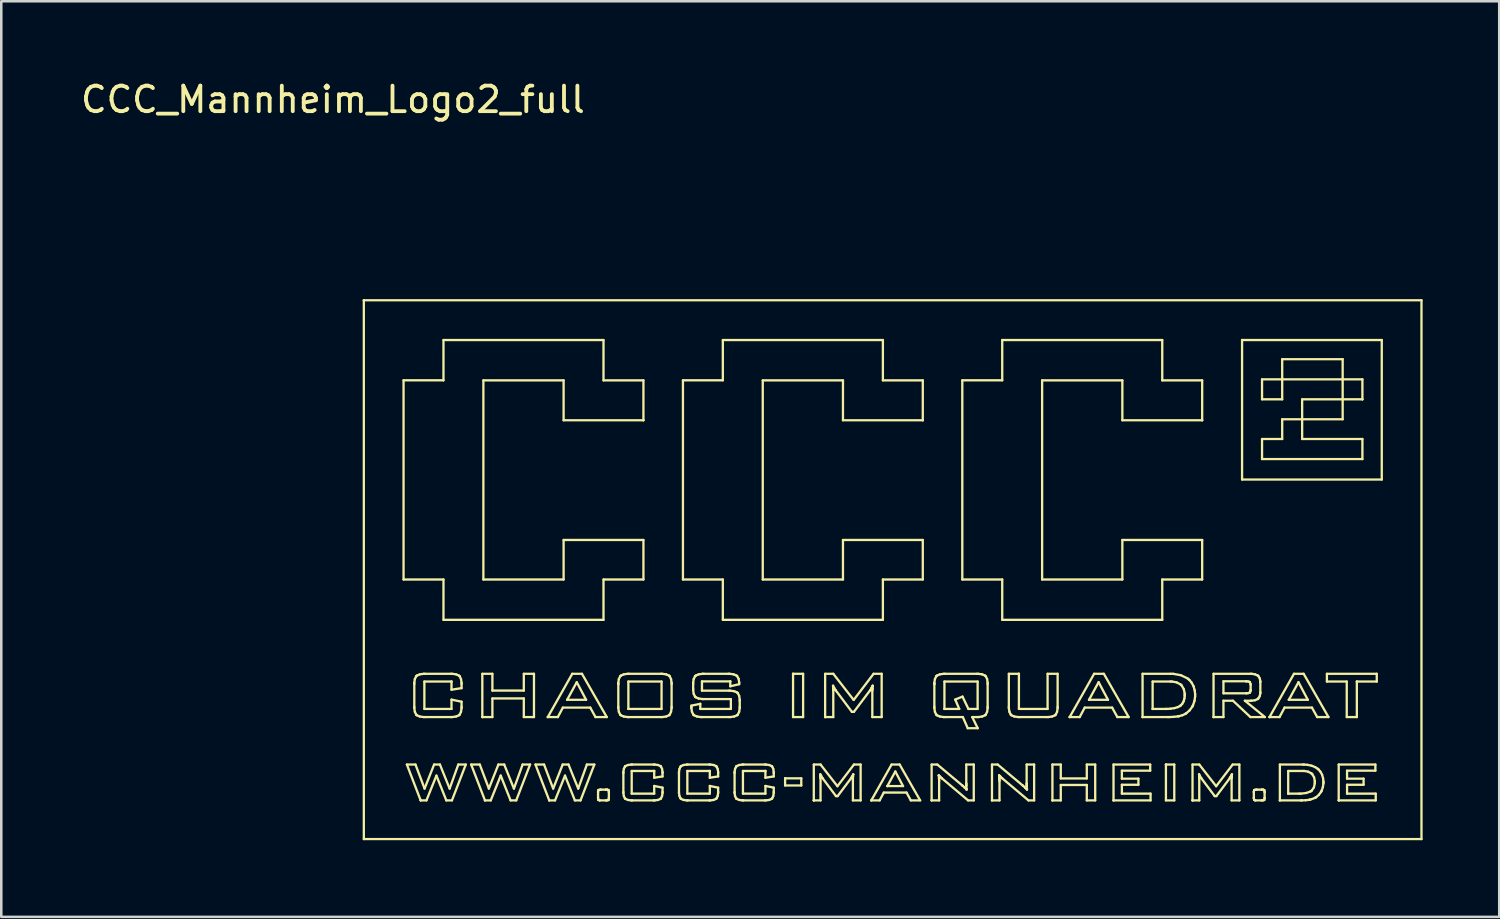
<source format=kicad_pcb>
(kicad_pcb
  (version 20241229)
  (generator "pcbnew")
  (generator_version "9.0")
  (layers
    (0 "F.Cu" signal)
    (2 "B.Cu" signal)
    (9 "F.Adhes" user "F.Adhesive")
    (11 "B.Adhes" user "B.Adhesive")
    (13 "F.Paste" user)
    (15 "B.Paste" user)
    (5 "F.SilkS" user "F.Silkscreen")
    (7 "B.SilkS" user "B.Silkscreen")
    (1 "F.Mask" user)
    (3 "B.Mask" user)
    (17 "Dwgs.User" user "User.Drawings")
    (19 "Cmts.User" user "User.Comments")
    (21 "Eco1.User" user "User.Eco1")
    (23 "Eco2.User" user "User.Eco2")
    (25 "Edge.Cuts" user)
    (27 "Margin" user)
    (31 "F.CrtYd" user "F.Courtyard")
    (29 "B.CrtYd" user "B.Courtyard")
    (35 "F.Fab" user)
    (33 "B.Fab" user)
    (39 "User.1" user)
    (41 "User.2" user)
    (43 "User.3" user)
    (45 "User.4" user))
  (footprint "CCC_Mannheim_Logo2_full"
    (layer "F.Cu")
    (at 9.754 5.852)
    (property "Reference" "CCC_Mannheim_Logo2_full" (at 0.229 -5.004 180) (layer "F.SilkS") (effects (font (size 1 1) (thickness 0.15))))
    (attr through_hole)
    (fp_line (start 1.44 2.854) (end 1.44 2.854) (stroke (width 0.09) (type solid)) (layer "F.SilkS"))
    (fp_line (start 1.44 2.854) (end 42.847 2.854) (stroke (width 0.09) (type solid)) (layer "F.SilkS"))
    (fp_line (start 1.44 23.948) (end 1.44 2.854) (stroke (width 0.09) (type solid)) (layer "F.SilkS"))
    (fp_line (start 2.995 5.987) (end 2.995 13.785) (stroke (width 0.09) (type solid)) (layer "F.SilkS"))
    (fp_line (start 2.995 13.785) (end 4.558 13.785) (stroke (width 0.09) (type solid)) (layer "F.SilkS"))
    (fp_line (start 3.125 21.03) (end 3.462 21.03) (stroke (width 0.09) (type solid)) (layer "F.SilkS"))
    (fp_line (start 3.416 17.829) (end 3.437 17.683) (stroke (width 0.09) (type solid)) (layer "F.SilkS"))
    (fp_line (start 3.416 17.878) (end 3.416 17.829) (stroke (width 0.09) (type solid)) (layer "F.SilkS"))
    (fp_line (start 3.416 18.77) (end 3.416 17.878) (stroke (width 0.09) (type solid)) (layer "F.SilkS"))
    (fp_line (start 3.416 18.819) (end 3.416 18.77) (stroke (width 0.09) (type solid)) (layer "F.SilkS"))
    (fp_line (start 3.437 17.683) (end 3.488 17.576) (stroke (width 0.09) (type solid)) (layer "F.SilkS"))
    (fp_line (start 3.437 18.965) (end 3.416 18.819) (stroke (width 0.09) (type solid)) (layer "F.SilkS"))
    (fp_line (start 3.462 21.03) (end 3.818 21.971) (stroke (width 0.09) (type solid)) (layer "F.SilkS"))
    (fp_line (start 3.488 17.576) (end 3.502 17.562) (stroke (width 0.09) (type solid)) (layer "F.SilkS"))
    (fp_line (start 3.488 19.072) (end 3.437 18.965) (stroke (width 0.09) (type solid)) (layer "F.SilkS"))
    (fp_line (start 3.502 17.562) (end 3.517 17.548) (stroke (width 0.09) (type solid)) (layer "F.SilkS"))
    (fp_line (start 3.502 19.087) (end 3.488 19.072) (stroke (width 0.09) (type solid)) (layer "F.SilkS"))
    (fp_line (start 3.517 17.548) (end 3.629 17.498) (stroke (width 0.09) (type solid)) (layer "F.SilkS"))
    (fp_line (start 3.517 19.101) (end 3.502 19.087) (stroke (width 0.09) (type solid)) (layer "F.SilkS"))
    (fp_line (start 3.629 17.498) (end 3.784 17.477) (stroke (width 0.09) (type solid)) (layer "F.SilkS"))
    (fp_line (start 3.629 19.15) (end 3.517 19.101) (stroke (width 0.09) (type solid)) (layer "F.SilkS"))
    (fp_line (start 3.665 22.433) (end 3.125 21.03) (stroke (width 0.09) (type solid)) (layer "F.SilkS"))
    (fp_line (start 3.665 22.433) (end 3.665 22.433) (stroke (width 0.09) (type solid)) (layer "F.SilkS"))
    (fp_line (start 3.784 17.477) (end 3.836 17.477) (stroke (width 0.09) (type solid)) (layer "F.SilkS"))
    (fp_line (start 3.784 19.171) (end 3.629 19.15) (stroke (width 0.09) (type solid)) (layer "F.SilkS"))
    (fp_line (start 3.81 17.78) (end 3.81 18.852) (stroke (width 0.09) (type solid)) (layer "F.SilkS"))
    (fp_line (start 3.81 18.852) (end 4.872 18.852) (stroke (width 0.09) (type solid)) (layer "F.SilkS"))
    (fp_line (start 3.818 21.971) (end 4.191 21.03) (stroke (width 0.09) (type solid)) (layer "F.SilkS"))
    (fp_line (start 3.836 17.477) (end 4.847 17.477) (stroke (width 0.09) (type solid)) (layer "F.SilkS"))
    (fp_line (start 3.836 19.171) (end 3.784 19.171) (stroke (width 0.09) (type solid)) (layer "F.SilkS"))
    (fp_line (start 3.891 22.433) (end 3.665 22.433) (stroke (width 0.09) (type solid)) (layer "F.SilkS"))
    (fp_line (start 4.191 21.03) (end 4.419 21.03) (stroke (width 0.09) (type solid)) (layer "F.SilkS"))
    (fp_line (start 4.282 21.463) (end 3.891 22.433) (stroke (width 0.09) (type solid)) (layer "F.SilkS"))
    (fp_line (start 4.419 21.03) (end 4.799 21.971) (stroke (width 0.09) (type solid)) (layer "F.SilkS"))
    (fp_line (start 4.558 4.41) (end 4.558 5.987) (stroke (width 0.09) (type solid)) (layer "F.SilkS"))
    (fp_line (start 4.558 5.987) (end 2.995 5.987) (stroke (width 0.09) (type solid)) (layer "F.SilkS"))
    (fp_line (start 4.558 13.785) (end 4.558 15.364) (stroke (width 0.09) (type solid)) (layer "F.SilkS"))
    (fp_line (start 4.558 15.364) (end 10.823 15.364) (stroke (width 0.09) (type solid)) (layer "F.SilkS"))
    (fp_line (start 4.669 22.433) (end 4.282 21.463) (stroke (width 0.09) (type solid)) (layer "F.SilkS"))
    (fp_line (start 4.799 21.971) (end 5.138 21.03) (stroke (width 0.09) (type solid)) (layer "F.SilkS"))
    (fp_line (start 4.847 17.477) (end 4.898 17.477) (stroke (width 0.09) (type solid)) (layer "F.SilkS"))
    (fp_line (start 4.847 19.171) (end 3.836 19.171) (stroke (width 0.09) (type solid)) (layer "F.SilkS"))
    (fp_line (start 4.872 17.78) (end 3.81 17.78) (stroke (width 0.09) (type solid)) (layer "F.SilkS"))
    (fp_line (start 4.872 17.78) (end 4.872 17.78) (stroke (width 0.09) (type solid)) (layer "F.SilkS"))
    (fp_line (start 4.872 18.1) (end 4.872 17.78) (stroke (width 0.09) (type solid)) (layer "F.SilkS"))
    (fp_line (start 4.872 18.488) (end 5.266 18.57) (stroke (width 0.09) (type solid)) (layer "F.SilkS"))
    (fp_line (start 4.872 18.852) (end 4.872 18.488) (stroke (width 0.09) (type solid)) (layer "F.SilkS"))
    (fp_line (start 4.889 22.433) (end 4.669 22.433) (stroke (width 0.09) (type solid)) (layer "F.SilkS"))
    (fp_line (start 4.898 17.477) (end 5.052 17.498) (stroke (width 0.09) (type solid)) (layer "F.SilkS"))
    (fp_line (start 4.898 19.171) (end 4.847 19.171) (stroke (width 0.09) (type solid)) (layer "F.SilkS"))
    (fp_line (start 5.052 17.498) (end 5.164 17.548) (stroke (width 0.09) (type solid)) (layer "F.SilkS"))
    (fp_line (start 5.052 19.15) (end 4.898 19.171) (stroke (width 0.09) (type solid)) (layer "F.SilkS"))
    (fp_line (start 5.138 21.03) (end 5.431 21.03) (stroke (width 0.09) (type solid)) (layer "F.SilkS"))
    (fp_line (start 5.164 17.548) (end 5.179 17.562) (stroke (width 0.09) (type solid)) (layer "F.SilkS"))
    (fp_line (start 5.164 19.101) (end 5.052 19.15) (stroke (width 0.09) (type solid)) (layer "F.SilkS"))
    (fp_line (start 5.179 17.562) (end 5.193 17.576) (stroke (width 0.09) (type solid)) (layer "F.SilkS"))
    (fp_line (start 5.179 19.087) (end 5.164 19.101) (stroke (width 0.09) (type solid)) (layer "F.SilkS"))
    (fp_line (start 5.193 17.576) (end 5.244 17.683) (stroke (width 0.09) (type solid)) (layer "F.SilkS"))
    (fp_line (start 5.193 19.072) (end 5.179 19.087) (stroke (width 0.09) (type solid)) (layer "F.SilkS"))
    (fp_line (start 5.244 17.683) (end 5.266 17.829) (stroke (width 0.09) (type solid)) (layer "F.SilkS"))
    (fp_line (start 5.244 18.965) (end 5.193 19.072) (stroke (width 0.09) (type solid)) (layer "F.SilkS"))
    (fp_line (start 5.266 17.829) (end 5.266 17.878) (stroke (width 0.09) (type solid)) (layer "F.SilkS"))
    (fp_line (start 5.266 17.878) (end 5.266 18.038) (stroke (width 0.09) (type solid)) (layer "F.SilkS"))
    (fp_line (start 5.266 18.038) (end 4.872 18.1) (stroke (width 0.09) (type solid)) (layer "F.SilkS"))
    (fp_line (start 5.266 18.57) (end 5.266 18.77) (stroke (width 0.09) (type solid)) (layer "F.SilkS"))
    (fp_line (start 5.266 18.77) (end 5.266 18.819) (stroke (width 0.09) (type solid)) (layer "F.SilkS"))
    (fp_line (start 5.266 18.819) (end 5.244 18.965) (stroke (width 0.09) (type solid)) (layer "F.SilkS"))
    (fp_line (start 5.431 21.03) (end 4.889 22.433) (stroke (width 0.09) (type solid)) (layer "F.SilkS"))
    (fp_line (start 5.642 21.03) (end 5.979 21.03) (stroke (width 0.09) (type solid)) (layer "F.SilkS"))
    (fp_line (start 5.979 21.03) (end 6.335 21.971) (stroke (width 0.09) (type solid)) (layer "F.SilkS"))
    (fp_line (start 6.079 17.477) (end 6.473 17.477) (stroke (width 0.09) (type solid)) (layer "F.SilkS"))
    (fp_line (start 6.079 19.171) (end 6.079 17.477) (stroke (width 0.09) (type solid)) (layer "F.SilkS"))
    (fp_line (start 6.079 19.171) (end 6.079 19.171) (stroke (width 0.09) (type solid)) (layer "F.SilkS"))
    (fp_line (start 6.12 5.989) (end 9.261 5.989) (stroke (width 0.09) (type solid)) (layer "F.SilkS"))
    (fp_line (start 6.12 13.785) (end 6.12 5.989) (stroke (width 0.09) (type solid)) (layer "F.SilkS"))
    (fp_line (start 6.182 22.433) (end 5.642 21.03) (stroke (width 0.09) (type solid)) (layer "F.SilkS"))
    (fp_line (start 6.182 22.433) (end 6.182 22.433) (stroke (width 0.09) (type solid)) (layer "F.SilkS"))
    (fp_line (start 6.335 21.971) (end 6.708 21.03) (stroke (width 0.09) (type solid)) (layer "F.SilkS"))
    (fp_line (start 6.408 22.433) (end 6.182 22.433) (stroke (width 0.09) (type solid)) (layer "F.SilkS"))
    (fp_line (start 6.473 17.477) (end 6.473 18.134) (stroke (width 0.09) (type solid)) (layer "F.SilkS"))
    (fp_line (start 6.473 18.134) (end 7.703 18.134) (stroke (width 0.09) (type solid)) (layer "F.SilkS"))
    (fp_line (start 6.473 18.442) (end 6.473 19.171) (stroke (width 0.09) (type solid)) (layer "F.SilkS"))
    (fp_line (start 6.473 19.171) (end 6.079 19.171) (stroke (width 0.09) (type solid)) (layer "F.SilkS"))
    (fp_line (start 6.708 21.03) (end 6.936 21.03) (stroke (width 0.09) (type solid)) (layer "F.SilkS"))
    (fp_line (start 6.799 21.463) (end 6.408 22.433) (stroke (width 0.09) (type solid)) (layer "F.SilkS"))
    (fp_line (start 6.936 21.03) (end 7.316 21.971) (stroke (width 0.09) (type solid)) (layer "F.SilkS"))
    (fp_line (start 7.185 22.433) (end 6.799 21.463) (stroke (width 0.09) (type solid)) (layer "F.SilkS"))
    (fp_line (start 7.316 21.971) (end 7.656 21.03) (stroke (width 0.09) (type solid)) (layer "F.SilkS"))
    (fp_line (start 7.406 22.433) (end 7.185 22.433) (stroke (width 0.09) (type solid)) (layer "F.SilkS"))
    (fp_line (start 7.656 21.03) (end 7.948 21.03) (stroke (width 0.09) (type solid)) (layer "F.SilkS"))
    (fp_line (start 7.703 17.477) (end 8.101 17.477) (stroke (width 0.09) (type solid)) (layer "F.SilkS"))
    (fp_line (start 7.703 18.134) (end 7.703 17.477) (stroke (width 0.09) (type solid)) (layer "F.SilkS"))
    (fp_line (start 7.703 18.442) (end 6.473 18.442) (stroke (width 0.09) (type solid)) (layer "F.SilkS"))
    (fp_line (start 7.703 19.171) (end 7.703 18.442) (stroke (width 0.09) (type solid)) (layer "F.SilkS"))
    (fp_line (start 7.948 21.03) (end 7.406 22.433) (stroke (width 0.09) (type solid)) (layer "F.SilkS"))
    (fp_line (start 8.101 17.477) (end 8.101 19.171) (stroke (width 0.09) (type solid)) (layer "F.SilkS"))
    (fp_line (start 8.101 19.171) (end 7.703 19.171) (stroke (width 0.09) (type solid)) (layer "F.SilkS"))
    (fp_line (start 8.159 21.03) (end 8.496 21.03) (stroke (width 0.09) (type solid)) (layer "F.SilkS"))
    (fp_line (start 8.496 21.03) (end 8.852 21.971) (stroke (width 0.09) (type solid)) (layer "F.SilkS"))
    (fp_line (start 8.642 19.171) (end 8.642 19.171) (stroke (width 0.09) (type solid)) (layer "F.SilkS"))
    (fp_line (start 8.642 19.171) (end 9.6 17.477) (stroke (width 0.09) (type solid)) (layer "F.SilkS"))
    (fp_line (start 8.699 22.433) (end 8.159 21.03) (stroke (width 0.09) (type solid)) (layer "F.SilkS"))
    (fp_line (start 8.699 22.433) (end 8.699 22.433) (stroke (width 0.09) (type solid)) (layer "F.SilkS"))
    (fp_line (start 8.852 21.971) (end 9.225 21.03) (stroke (width 0.09) (type solid)) (layer "F.SilkS"))
    (fp_line (start 8.925 22.433) (end 8.699 22.433) (stroke (width 0.09) (type solid)) (layer "F.SilkS"))
    (fp_line (start 9.035 19.171) (end 8.642 19.171) (stroke (width 0.09) (type solid)) (layer "F.SilkS"))
    (fp_line (start 9.225 21.03) (end 9.453 21.03) (stroke (width 0.09) (type solid)) (layer "F.SilkS"))
    (fp_line (start 9.232 18.801) (end 9.035 19.171) (stroke (width 0.09) (type solid)) (layer "F.SilkS"))
    (fp_line (start 9.261 5.989) (end 9.261 7.551) (stroke (width 0.09) (type solid)) (layer "F.SilkS"))
    (fp_line (start 9.261 7.551) (end 12.386 7.551) (stroke (width 0.09) (type solid)) (layer "F.SilkS"))
    (fp_line (start 9.261 12.238) (end 9.261 13.785) (stroke (width 0.09) (type solid)) (layer "F.SilkS"))
    (fp_line (start 9.261 13.785) (end 6.12 13.785) (stroke (width 0.09) (type solid)) (layer "F.SilkS"))
    (fp_line (start 9.316 21.463) (end 8.925 22.433) (stroke (width 0.09) (type solid)) (layer "F.SilkS"))
    (fp_line (start 9.4 18.495) (end 9.4 18.495) (stroke (width 0.09) (type solid)) (layer "F.SilkS"))
    (fp_line (start 9.4 18.495) (end 10.142 18.495) (stroke (width 0.09) (type solid)) (layer "F.SilkS"))
    (fp_line (start 9.453 21.03) (end 9.833 21.971) (stroke (width 0.09) (type solid)) (layer "F.SilkS"))
    (fp_line (start 9.6 17.477) (end 9.98 17.477) (stroke (width 0.09) (type solid)) (layer "F.SilkS"))
    (fp_line (start 9.702 22.433) (end 9.316 21.463) (stroke (width 0.09) (type solid)) (layer "F.SilkS"))
    (fp_line (start 9.776 17.806) (end 9.4 18.495) (stroke (width 0.09) (type solid)) (layer "F.SilkS"))
    (fp_line (start 9.833 21.971) (end 10.172 21.03) (stroke (width 0.09) (type solid)) (layer "F.SilkS"))
    (fp_line (start 9.923 22.433) (end 9.702 22.433) (stroke (width 0.09) (type solid)) (layer "F.SilkS"))
    (fp_line (start 9.98 17.477) (end 10.951 19.171) (stroke (width 0.09) (type solid)) (layer "F.SilkS"))
    (fp_line (start 10.142 18.495) (end 9.776 17.806) (stroke (width 0.09) (type solid)) (layer "F.SilkS"))
    (fp_line (start 10.172 21.03) (end 10.464 21.03) (stroke (width 0.09) (type solid)) (layer "F.SilkS"))
    (fp_line (start 10.305 18.801) (end 9.232 18.801) (stroke (width 0.09) (type solid)) (layer "F.SilkS"))
    (fp_line (start 10.464 21.03) (end 9.923 22.433) (stroke (width 0.09) (type solid)) (layer "F.SilkS"))
    (fp_line (start 10.509 19.171) (end 10.305 18.801) (stroke (width 0.09) (type solid)) (layer "F.SilkS"))
    (fp_line (start 10.61 22.092) (end 10.624 22.034) (stroke (width 0.09) (type solid)) (layer "F.SilkS"))
    (fp_line (start 10.61 22.112) (end 10.61 22.092) (stroke (width 0.09) (type solid)) (layer "F.SilkS"))
    (fp_line (start 10.61 22.332) (end 10.61 22.112) (stroke (width 0.09) (type solid)) (layer "F.SilkS"))
    (fp_line (start 10.61 22.351) (end 10.61 22.332) (stroke (width 0.09) (type solid)) (layer "F.SilkS"))
    (fp_line (start 10.623 22.408) (end 10.61 22.351) (stroke (width 0.09) (type solid)) (layer "F.SilkS"))
    (fp_line (start 10.624 22.034) (end 10.626 22.031) (stroke (width 0.09) (type solid)) (layer "F.SilkS"))
    (fp_line (start 10.625 22.412) (end 10.623 22.408) (stroke (width 0.09) (type solid)) (layer "F.SilkS"))
    (fp_line (start 10.626 22.031) (end 10.629 22.028) (stroke (width 0.09) (type solid)) (layer "F.SilkS"))
    (fp_line (start 10.628 22.415) (end 10.625 22.412) (stroke (width 0.09) (type solid)) (layer "F.SilkS"))
    (fp_line (start 10.629 22.028) (end 10.659 22.017) (stroke (width 0.09) (type solid)) (layer "F.SilkS"))
    (fp_line (start 10.659 22.017) (end 10.708 22.012) (stroke (width 0.09) (type solid)) (layer "F.SilkS"))
    (fp_line (start 10.663 22.433) (end 10.628 22.415) (stroke (width 0.09) (type solid)) (layer "F.SilkS"))
    (fp_line (start 10.676 22.433) (end 10.663 22.433) (stroke (width 0.09) (type solid)) (layer "F.SilkS"))
    (fp_line (start 10.708 22.012) (end 10.725 22.012) (stroke (width 0.09) (type solid)) (layer "F.SilkS"))
    (fp_line (start 10.725 22.012) (end 10.919 22.012) (stroke (width 0.09) (type solid)) (layer "F.SilkS"))
    (fp_line (start 10.823 4.41) (end 4.558 4.41) (stroke (width 0.09) (type solid)) (layer "F.SilkS"))
    (fp_line (start 10.823 5.989) (end 10.823 4.41) (stroke (width 0.09) (type solid)) (layer "F.SilkS"))
    (fp_line (start 10.823 13.785) (end 12.386 13.785) (stroke (width 0.09) (type solid)) (layer "F.SilkS"))
    (fp_line (start 10.823 15.364) (end 10.823 13.785) (stroke (width 0.09) (type solid)) (layer "F.SilkS"))
    (fp_line (start 10.919 22.012) (end 10.919 22.012) (stroke (width 0.09) (type solid)) (layer "F.SilkS"))
    (fp_line (start 10.919 22.012) (end 10.968 22.012) (stroke (width 0.09) (type solid)) (layer "F.SilkS"))
    (fp_line (start 10.919 22.433) (end 10.676 22.433) (stroke (width 0.09) (type solid)) (layer "F.SilkS"))
    (fp_line (start 10.935 22.433) (end 10.919 22.433) (stroke (width 0.09) (type solid)) (layer "F.SilkS"))
    (fp_line (start 10.951 19.171) (end 10.509 19.171) (stroke (width 0.09) (type solid)) (layer "F.SilkS"))
    (fp_line (start 10.968 22.012) (end 10.98 22.012) (stroke (width 0.09) (type solid)) (layer "F.SilkS"))
    (fp_line (start 10.98 22.012) (end 11.016 22.03) (stroke (width 0.09) (type solid)) (layer "F.SilkS"))
    (fp_line (start 10.984 22.429) (end 10.935 22.433) (stroke (width 0.09) (type solid)) (layer "F.SilkS"))
    (fp_line (start 11.014 22.418) (end 10.984 22.429) (stroke (width 0.09) (type solid)) (layer "F.SilkS"))
    (fp_line (start 11.016 22.03) (end 11.018 22.033) (stroke (width 0.09) (type solid)) (layer "F.SilkS"))
    (fp_line (start 11.017 22.415) (end 11.014 22.418) (stroke (width 0.09) (type solid)) (layer "F.SilkS"))
    (fp_line (start 11.018 22.033) (end 11.02 22.036) (stroke (width 0.09) (type solid)) (layer "F.SilkS"))
    (fp_line (start 11.019 22.412) (end 11.017 22.415) (stroke (width 0.09) (type solid)) (layer "F.SilkS"))
    (fp_line (start 11.02 22.036) (end 11.033 22.093) (stroke (width 0.09) (type solid)) (layer "F.SilkS"))
    (fp_line (start 11.033 22.093) (end 11.033 22.112) (stroke (width 0.09) (type solid)) (layer "F.SilkS"))
    (fp_line (start 11.033 22.112) (end 11.033 22.332) (stroke (width 0.09) (type solid)) (layer "F.SilkS"))
    (fp_line (start 11.033 22.332) (end 11.033 22.353) (stroke (width 0.09) (type solid)) (layer "F.SilkS"))
    (fp_line (start 11.033 22.353) (end 11.019 22.412) (stroke (width 0.09) (type solid)) (layer "F.SilkS"))
    (fp_line (start 11.403 17.829) (end 11.424 17.683) (stroke (width 0.09) (type solid)) (layer "F.SilkS"))
    (fp_line (start 11.403 17.878) (end 11.403 17.829) (stroke (width 0.09) (type solid)) (layer "F.SilkS"))
    (fp_line (start 11.403 17.878) (end 11.403 17.878) (stroke (width 0.09) (type solid)) (layer "F.SilkS"))
    (fp_line (start 11.403 18.77) (end 11.403 17.878) (stroke (width 0.09) (type solid)) (layer "F.SilkS"))
    (fp_line (start 11.403 18.819) (end 11.403 18.77) (stroke (width 0.09) (type solid)) (layer "F.SilkS"))
    (fp_line (start 11.424 17.683) (end 11.475 17.576) (stroke (width 0.09) (type solid)) (layer "F.SilkS"))
    (fp_line (start 11.424 18.965) (end 11.403 18.819) (stroke (width 0.09) (type solid)) (layer "F.SilkS"))
    (fp_line (start 11.475 17.576) (end 11.489 17.562) (stroke (width 0.09) (type solid)) (layer "F.SilkS"))
    (fp_line (start 11.475 19.072) (end 11.424 18.965) (stroke (width 0.09) (type solid)) (layer "F.SilkS"))
    (fp_line (start 11.489 17.562) (end 11.504 17.548) (stroke (width 0.09) (type solid)) (layer "F.SilkS"))
    (fp_line (start 11.489 19.087) (end 11.475 19.072) (stroke (width 0.09) (type solid)) (layer "F.SilkS"))
    (fp_line (start 11.504 17.548) (end 11.616 17.498) (stroke (width 0.09) (type solid)) (layer "F.SilkS"))
    (fp_line (start 11.504 19.101) (end 11.489 19.087) (stroke (width 0.09) (type solid)) (layer "F.SilkS"))
    (fp_line (start 11.601 21.322) (end 11.619 21.201) (stroke (width 0.09) (type solid)) (layer "F.SilkS"))
    (fp_line (start 11.601 21.362) (end 11.601 21.322) (stroke (width 0.09) (type solid)) (layer "F.SilkS"))
    (fp_line (start 11.601 22.101) (end 11.601 21.362) (stroke (width 0.09) (type solid)) (layer "F.SilkS"))
    (fp_line (start 11.601 22.142) (end 11.601 22.101) (stroke (width 0.09) (type solid)) (layer "F.SilkS"))
    (fp_line (start 11.616 17.498) (end 11.771 17.477) (stroke (width 0.09) (type solid)) (layer "F.SilkS"))
    (fp_line (start 11.616 19.15) (end 11.504 19.101) (stroke (width 0.09) (type solid)) (layer "F.SilkS"))
    (fp_line (start 11.619 21.201) (end 11.66 21.112) (stroke (width 0.09) (type solid)) (layer "F.SilkS"))
    (fp_line (start 11.619 22.263) (end 11.601 22.142) (stroke (width 0.09) (type solid)) (layer "F.SilkS"))
    (fp_line (start 11.66 21.112) (end 11.672 21.1) (stroke (width 0.09) (type solid)) (layer "F.SilkS"))
    (fp_line (start 11.66 22.352) (end 11.619 22.263) (stroke (width 0.09) (type solid)) (layer "F.SilkS"))
    (fp_line (start 11.672 21.1) (end 11.684 21.089) (stroke (width 0.09) (type solid)) (layer "F.SilkS"))
    (fp_line (start 11.672 22.363) (end 11.66 22.352) (stroke (width 0.09) (type solid)) (layer "F.SilkS"))
    (fp_line (start 11.684 21.089) (end 11.777 21.048) (stroke (width 0.09) (type solid)) (layer "F.SilkS"))
    (fp_line (start 11.684 22.375) (end 11.672 22.363) (stroke (width 0.09) (type solid)) (layer "F.SilkS"))
    (fp_line (start 11.771 17.477) (end 11.822 17.477) (stroke (width 0.09) (type solid)) (layer "F.SilkS"))
    (fp_line (start 11.771 19.171) (end 11.616 19.15) (stroke (width 0.09) (type solid)) (layer "F.SilkS"))
    (fp_line (start 11.777 21.048) (end 11.906 21.03) (stroke (width 0.09) (type solid)) (layer "F.SilkS"))
    (fp_line (start 11.777 22.416) (end 11.684 22.375) (stroke (width 0.09) (type solid)) (layer "F.SilkS"))
    (fp_line (start 11.797 17.78) (end 11.797 18.852) (stroke (width 0.09) (type solid)) (layer "F.SilkS"))
    (fp_line (start 11.797 18.852) (end 11.797 18.852) (stroke (width 0.09) (type solid)) (layer "F.SilkS"))
    (fp_line (start 11.797 18.852) (end 13.096 18.852) (stroke (width 0.09) (type solid)) (layer "F.SilkS"))
    (fp_line (start 11.822 17.477) (end 13.069 17.477) (stroke (width 0.09) (type solid)) (layer "F.SilkS"))
    (fp_line (start 11.822 19.171) (end 11.771 19.171) (stroke (width 0.09) (type solid)) (layer "F.SilkS"))
    (fp_line (start 11.906 21.03) (end 11.949 21.03) (stroke (width 0.09) (type solid)) (layer "F.SilkS"))
    (fp_line (start 11.906 22.433) (end 11.777 22.416) (stroke (width 0.09) (type solid)) (layer "F.SilkS"))
    (fp_line (start 11.927 21.281) (end 11.927 22.169) (stroke (width 0.09) (type solid)) (layer "F.SilkS"))
    (fp_line (start 11.927 22.169) (end 12.808 22.169) (stroke (width 0.09) (type solid)) (layer "F.SilkS"))
    (fp_line (start 11.949 21.03) (end 12.786 21.03) (stroke (width 0.09) (type solid)) (layer "F.SilkS"))
    (fp_line (start 11.949 22.433) (end 11.906 22.433) (stroke (width 0.09) (type solid)) (layer "F.SilkS"))
    (fp_line (start 12.386 5.989) (end 10.823 5.989) (stroke (width 0.09) (type solid)) (layer "F.SilkS"))
    (fp_line (start 12.386 7.551) (end 12.386 5.989) (stroke (width 0.09) (type solid)) (layer "F.SilkS"))
    (fp_line (start 12.386 7.551) (end 12.386 7.551) (stroke (width 0.09) (type solid)) (layer "F.SilkS"))
    (fp_line (start 12.386 12.238) (end 9.261 12.238) (stroke (width 0.09) (type solid)) (layer "F.SilkS"))
    (fp_line (start 12.386 13.785) (end 12.386 12.238) (stroke (width 0.09) (type solid)) (layer "F.SilkS"))
    (fp_line (start 12.786 21.03) (end 12.829 21.03) (stroke (width 0.09) (type solid)) (layer "F.SilkS"))
    (fp_line (start 12.786 22.433) (end 11.949 22.433) (stroke (width 0.09) (type solid)) (layer "F.SilkS"))
    (fp_line (start 12.808 21.281) (end 11.927 21.281) (stroke (width 0.09) (type solid)) (layer "F.SilkS"))
    (fp_line (start 12.808 21.281) (end 12.808 21.281) (stroke (width 0.09) (type solid)) (layer "F.SilkS"))
    (fp_line (start 12.808 21.546) (end 12.808 21.281) (stroke (width 0.09) (type solid)) (layer "F.SilkS"))
    (fp_line (start 12.808 21.868) (end 13.134 21.935) (stroke (width 0.09) (type solid)) (layer "F.SilkS"))
    (fp_line (start 12.808 22.169) (end 12.808 21.868) (stroke (width 0.09) (type solid)) (layer "F.SilkS"))
    (fp_line (start 12.829 21.03) (end 12.957 21.048) (stroke (width 0.09) (type solid)) (layer "F.SilkS"))
    (fp_line (start 12.829 22.433) (end 12.786 22.433) (stroke (width 0.09) (type solid)) (layer "F.SilkS"))
    (fp_line (start 12.957 21.048) (end 13.05 21.089) (stroke (width 0.09) (type solid)) (layer "F.SilkS"))
    (fp_line (start 12.957 22.416) (end 12.829 22.433) (stroke (width 0.09) (type solid)) (layer "F.SilkS"))
    (fp_line (start 13.05 21.089) (end 13.062 21.1) (stroke (width 0.09) (type solid)) (layer "F.SilkS"))
    (fp_line (start 13.05 22.375) (end 12.957 22.416) (stroke (width 0.09) (type solid)) (layer "F.SilkS"))
    (fp_line (start 13.062 21.1) (end 13.074 21.112) (stroke (width 0.09) (type solid)) (layer "F.SilkS"))
    (fp_line (start 13.062 22.363) (end 13.05 22.375) (stroke (width 0.09) (type solid)) (layer "F.SilkS"))
    (fp_line (start 13.069 17.477) (end 13.121 17.477) (stroke (width 0.09) (type solid)) (layer "F.SilkS"))
    (fp_line (start 13.069 19.171) (end 11.822 19.171) (stroke (width 0.09) (type solid)) (layer "F.SilkS"))
    (fp_line (start 13.074 21.112) (end 13.116 21.201) (stroke (width 0.09) (type solid)) (layer "F.SilkS"))
    (fp_line (start 13.074 22.352) (end 13.062 22.363) (stroke (width 0.09) (type solid)) (layer "F.SilkS"))
    (fp_line (start 13.096 17.78) (end 11.797 17.78) (stroke (width 0.09) (type solid)) (layer "F.SilkS"))
    (fp_line (start 13.096 18.852) (end 13.096 17.78) (stroke (width 0.09) (type solid)) (layer "F.SilkS"))
    (fp_line (start 13.116 21.201) (end 13.134 21.322) (stroke (width 0.09) (type solid)) (layer "F.SilkS"))
    (fp_line (start 13.116 22.263) (end 13.074 22.352) (stroke (width 0.09) (type solid)) (layer "F.SilkS"))
    (fp_line (start 13.121 17.477) (end 13.275 17.498) (stroke (width 0.09) (type solid)) (layer "F.SilkS"))
    (fp_line (start 13.121 19.171) (end 13.069 19.171) (stroke (width 0.09) (type solid)) (layer "F.SilkS"))
    (fp_line (start 13.134 21.322) (end 13.134 21.362) (stroke (width 0.09) (type solid)) (layer "F.SilkS"))
    (fp_line (start 13.134 21.362) (end 13.134 21.495) (stroke (width 0.09) (type solid)) (layer "F.SilkS"))
    (fp_line (start 13.134 21.495) (end 12.808 21.546) (stroke (width 0.09) (type solid)) (layer "F.SilkS"))
    (fp_line (start 13.134 21.935) (end 13.134 22.101) (stroke (width 0.09) (type solid)) (layer "F.SilkS"))
    (fp_line (start 13.134 22.101) (end 13.134 22.142) (stroke (width 0.09) (type solid)) (layer "F.SilkS"))
    (fp_line (start 13.134 22.142) (end 13.116 22.263) (stroke (width 0.09) (type solid)) (layer "F.SilkS"))
    (fp_line (start 13.275 17.498) (end 13.388 17.548) (stroke (width 0.09) (type solid)) (layer "F.SilkS"))
    (fp_line (start 13.275 19.15) (end 13.121 19.171) (stroke (width 0.09) (type solid)) (layer "F.SilkS"))
    (fp_line (start 13.388 17.548) (end 13.402 17.562) (stroke (width 0.09) (type solid)) (layer "F.SilkS"))
    (fp_line (start 13.388 19.101) (end 13.275 19.15) (stroke (width 0.09) (type solid)) (layer "F.SilkS"))
    (fp_line (start 13.402 17.562) (end 13.416 17.576) (stroke (width 0.09) (type solid)) (layer "F.SilkS"))
    (fp_line (start 13.402 19.087) (end 13.388 19.101) (stroke (width 0.09) (type solid)) (layer "F.SilkS"))
    (fp_line (start 13.416 17.576) (end 13.467 17.683) (stroke (width 0.09) (type solid)) (layer "F.SilkS"))
    (fp_line (start 13.416 19.072) (end 13.402 19.087) (stroke (width 0.09) (type solid)) (layer "F.SilkS"))
    (fp_line (start 13.467 17.683) (end 13.489 17.829) (stroke (width 0.09) (type solid)) (layer "F.SilkS"))
    (fp_line (start 13.467 18.965) (end 13.416 19.072) (stroke (width 0.09) (type solid)) (layer "F.SilkS"))
    (fp_line (start 13.489 17.829) (end 13.489 17.878) (stroke (width 0.09) (type solid)) (layer "F.SilkS"))
    (fp_line (start 13.489 17.878) (end 13.489 18.77) (stroke (width 0.09) (type solid)) (layer "F.SilkS"))
    (fp_line (start 13.489 18.77) (end 13.489 18.819) (stroke (width 0.09) (type solid)) (layer "F.SilkS"))
    (fp_line (start 13.489 18.819) (end 13.467 18.965) (stroke (width 0.09) (type solid)) (layer "F.SilkS"))
    (fp_line (start 13.778 21.322) (end 13.796 21.201) (stroke (width 0.09) (type solid)) (layer "F.SilkS"))
    (fp_line (start 13.778 21.362) (end 13.778 21.322) (stroke (width 0.09) (type solid)) (layer "F.SilkS"))
    (fp_line (start 13.778 22.101) (end 13.778 21.362) (stroke (width 0.09) (type solid)) (layer "F.SilkS"))
    (fp_line (start 13.778 22.142) (end 13.778 22.101) (stroke (width 0.09) (type solid)) (layer "F.SilkS"))
    (fp_line (start 13.796 21.201) (end 13.838 21.112) (stroke (width 0.09) (type solid)) (layer "F.SilkS"))
    (fp_line (start 13.796 22.263) (end 13.778 22.142) (stroke (width 0.09) (type solid)) (layer "F.SilkS"))
    (fp_line (start 13.838 21.112) (end 13.85 21.1) (stroke (width 0.09) (type solid)) (layer "F.SilkS"))
    (fp_line (start 13.838 22.352) (end 13.796 22.263) (stroke (width 0.09) (type solid)) (layer "F.SilkS"))
    (fp_line (start 13.85 21.1) (end 13.862 21.089) (stroke (width 0.09) (type solid)) (layer "F.SilkS"))
    (fp_line (start 13.85 22.363) (end 13.838 22.352) (stroke (width 0.09) (type solid)) (layer "F.SilkS"))
    (fp_line (start 13.862 21.089) (end 13.955 21.048) (stroke (width 0.09) (type solid)) (layer "F.SilkS"))
    (fp_line (start 13.862 22.375) (end 13.85 22.363) (stroke (width 0.09) (type solid)) (layer "F.SilkS"))
    (fp_line (start 13.933 5.987) (end 13.933 13.785) (stroke (width 0.09) (type solid)) (layer "F.SilkS"))
    (fp_line (start 13.933 13.785) (end 15.495 13.785) (stroke (width 0.09) (type solid)) (layer "F.SilkS"))
    (fp_line (start 13.955 21.048) (end 14.083 21.03) (stroke (width 0.09) (type solid)) (layer "F.SilkS"))
    (fp_line (start 13.955 22.416) (end 13.862 22.375) (stroke (width 0.09) (type solid)) (layer "F.SilkS"))
    (fp_line (start 14.083 21.03) (end 14.126 21.03) (stroke (width 0.09) (type solid)) (layer "F.SilkS"))
    (fp_line (start 14.083 22.433) (end 13.955 22.416) (stroke (width 0.09) (type solid)) (layer "F.SilkS"))
    (fp_line (start 14.105 21.281) (end 14.105 22.169) (stroke (width 0.09) (type solid)) (layer "F.SilkS"))
    (fp_line (start 14.105 22.169) (end 14.985 22.169) (stroke (width 0.09) (type solid)) (layer "F.SilkS"))
    (fp_line (start 14.126 21.03) (end 14.964 21.03) (stroke (width 0.09) (type solid)) (layer "F.SilkS"))
    (fp_line (start 14.126 22.433) (end 14.083 22.433) (stroke (width 0.09) (type solid)) (layer "F.SilkS"))
    (fp_line (start 14.264 18.724) (end 14.612 18.652) (stroke (width 0.09) (type solid)) (layer "F.SilkS"))
    (fp_line (start 14.264 18.77) (end 14.264 18.724) (stroke (width 0.09) (type solid)) (layer "F.SilkS"))
    (fp_line (start 14.264 18.819) (end 14.264 18.77) (stroke (width 0.09) (type solid)) (layer "F.SilkS"))
    (fp_line (start 14.286 18.964) (end 14.264 18.819) (stroke (width 0.09) (type solid)) (layer "F.SilkS"))
    (fp_line (start 14.333 17.829) (end 14.354 17.683) (stroke (width 0.09) (type solid)) (layer "F.SilkS"))
    (fp_line (start 14.333 17.878) (end 14.333 17.829) (stroke (width 0.09) (type solid)) (layer "F.SilkS"))
    (fp_line (start 14.333 18.065) (end 14.333 17.878) (stroke (width 0.09) (type solid)) (layer "F.SilkS"))
    (fp_line (start 14.333 18.114) (end 14.333 18.065) (stroke (width 0.09) (type solid)) (layer "F.SilkS"))
    (fp_line (start 14.337 19.072) (end 14.286 18.964) (stroke (width 0.09) (type solid)) (layer "F.SilkS"))
    (fp_line (start 14.352 19.086) (end 14.337 19.072) (stroke (width 0.09) (type solid)) (layer "F.SilkS"))
    (fp_line (start 14.354 17.683) (end 14.405 17.576) (stroke (width 0.09) (type solid)) (layer "F.SilkS"))
    (fp_line (start 14.354 18.26) (end 14.333 18.114) (stroke (width 0.09) (type solid)) (layer "F.SilkS"))
    (fp_line (start 14.366 19.1) (end 14.352 19.086) (stroke (width 0.09) (type solid)) (layer "F.SilkS"))
    (fp_line (start 14.405 17.576) (end 14.42 17.562) (stroke (width 0.09) (type solid)) (layer "F.SilkS"))
    (fp_line (start 14.405 18.367) (end 14.354 18.26) (stroke (width 0.09) (type solid)) (layer "F.SilkS"))
    (fp_line (start 14.42 17.562) (end 14.434 17.548) (stroke (width 0.09) (type solid)) (layer "F.SilkS"))
    (fp_line (start 14.42 18.381) (end 14.405 18.367) (stroke (width 0.09) (type solid)) (layer "F.SilkS"))
    (fp_line (start 14.434 17.548) (end 14.546 17.498) (stroke (width 0.09) (type solid)) (layer "F.SilkS"))
    (fp_line (start 14.434 18.395) (end 14.42 18.381) (stroke (width 0.09) (type solid)) (layer "F.SilkS"))
    (fp_line (start 14.479 19.149) (end 14.366 19.1) (stroke (width 0.09) (type solid)) (layer "F.SilkS"))
    (fp_line (start 14.546 17.498) (end 14.701 17.477) (stroke (width 0.09) (type solid)) (layer "F.SilkS"))
    (fp_line (start 14.546 18.445) (end 14.434 18.395) (stroke (width 0.09) (type solid)) (layer "F.SilkS"))
    (fp_line (start 14.612 18.652) (end 14.612 18.852) (stroke (width 0.09) (type solid)) (layer "F.SilkS"))
    (fp_line (start 14.612 18.852) (end 15.809 18.852) (stroke (width 0.09) (type solid)) (layer "F.SilkS"))
    (fp_line (start 14.635 19.171) (end 14.479 19.149) (stroke (width 0.09) (type solid)) (layer "F.SilkS"))
    (fp_line (start 14.678 17.774) (end 14.678 18.137) (stroke (width 0.09) (type solid)) (layer "F.SilkS"))
    (fp_line (start 14.678 18.137) (end 15.733 18.137) (stroke (width 0.09) (type solid)) (layer "F.SilkS"))
    (fp_line (start 14.687 19.171) (end 14.635 19.171) (stroke (width 0.09) (type solid)) (layer "F.SilkS"))
    (fp_line (start 14.701 17.477) (end 14.753 17.477) (stroke (width 0.09) (type solid)) (layer "F.SilkS"))
    (fp_line (start 14.701 18.466) (end 14.546 18.445) (stroke (width 0.09) (type solid)) (layer "F.SilkS"))
    (fp_line (start 14.753 17.477) (end 15.714 17.477) (stroke (width 0.09) (type solid)) (layer "F.SilkS"))
    (fp_line (start 14.753 18.466) (end 14.701 18.466) (stroke (width 0.09) (type solid)) (layer "F.SilkS"))
    (fp_line (start 14.964 21.03) (end 15.006 21.03) (stroke (width 0.09) (type solid)) (layer "F.SilkS"))
    (fp_line (start 14.964 22.433) (end 14.126 22.433) (stroke (width 0.09) (type solid)) (layer "F.SilkS"))
    (fp_line (start 14.985 21.281) (end 14.105 21.281) (stroke (width 0.09) (type solid)) (layer "F.SilkS"))
    (fp_line (start 14.985 21.281) (end 14.985 21.281) (stroke (width 0.09) (type solid)) (layer "F.SilkS"))
    (fp_line (start 14.985 21.546) (end 14.985 21.281) (stroke (width 0.09) (type solid)) (layer "F.SilkS"))
    (fp_line (start 14.985 21.868) (end 15.311 21.935) (stroke (width 0.09) (type solid)) (layer "F.SilkS"))
    (fp_line (start 14.985 22.169) (end 14.985 21.868) (stroke (width 0.09) (type solid)) (layer "F.SilkS"))
    (fp_line (start 15.006 21.03) (end 15.134 21.048) (stroke (width 0.09) (type solid)) (layer "F.SilkS"))
    (fp_line (start 15.006 22.433) (end 14.964 22.433) (stroke (width 0.09) (type solid)) (layer "F.SilkS"))
    (fp_line (start 15.134 21.048) (end 15.227 21.089) (stroke (width 0.09) (type solid)) (layer "F.SilkS"))
    (fp_line (start 15.134 22.416) (end 15.006 22.433) (stroke (width 0.09) (type solid)) (layer "F.SilkS"))
    (fp_line (start 15.227 21.089) (end 15.239 21.1) (stroke (width 0.09) (type solid)) (layer "F.SilkS"))
    (fp_line (start 15.227 22.375) (end 15.134 22.416) (stroke (width 0.09) (type solid)) (layer "F.SilkS"))
    (fp_line (start 15.239 21.1) (end 15.251 21.112) (stroke (width 0.09) (type solid)) (layer "F.SilkS"))
    (fp_line (start 15.239 22.363) (end 15.227 22.375) (stroke (width 0.09) (type solid)) (layer "F.SilkS"))
    (fp_line (start 15.251 21.112) (end 15.293 21.201) (stroke (width 0.09) (type solid)) (layer "F.SilkS"))
    (fp_line (start 15.251 22.352) (end 15.239 22.363) (stroke (width 0.09) (type solid)) (layer "F.SilkS"))
    (fp_line (start 15.293 21.201) (end 15.311 21.322) (stroke (width 0.09) (type solid)) (layer "F.SilkS"))
    (fp_line (start 15.293 22.263) (end 15.251 22.352) (stroke (width 0.09) (type solid)) (layer "F.SilkS"))
    (fp_line (start 15.311 21.322) (end 15.311 21.362) (stroke (width 0.09) (type solid)) (layer "F.SilkS"))
    (fp_line (start 15.311 21.362) (end 15.311 21.495) (stroke (width 0.09) (type solid)) (layer "F.SilkS"))
    (fp_line (start 15.311 21.495) (end 14.985 21.546) (stroke (width 0.09) (type solid)) (layer "F.SilkS"))
    (fp_line (start 15.311 21.935) (end 15.311 22.101) (stroke (width 0.09) (type solid)) (layer "F.SilkS"))
    (fp_line (start 15.311 22.101) (end 15.311 22.142) (stroke (width 0.09) (type solid)) (layer "F.SilkS"))
    (fp_line (start 15.311 22.142) (end 15.293 22.263) (stroke (width 0.09) (type solid)) (layer "F.SilkS"))
    (fp_line (start 15.495 4.41) (end 15.495 5.987) (stroke (width 0.09) (type solid)) (layer "F.SilkS"))
    (fp_line (start 15.495 5.987) (end 13.933 5.987) (stroke (width 0.09) (type solid)) (layer "F.SilkS"))
    (fp_line (start 15.495 13.785) (end 15.495 15.364) (stroke (width 0.09) (type solid)) (layer "F.SilkS"))
    (fp_line (start 15.495 15.364) (end 21.761 15.364) (stroke (width 0.09) (type solid)) (layer "F.SilkS"))
    (fp_line (start 15.714 17.477) (end 15.764 17.477) (stroke (width 0.09) (type solid)) (layer "F.SilkS"))
    (fp_line (start 15.733 18.137) (end 15.785 18.137) (stroke (width 0.09) (type solid)) (layer "F.SilkS"))
    (fp_line (start 15.733 19.171) (end 14.687 19.171) (stroke (width 0.09) (type solid)) (layer "F.SilkS"))
    (fp_line (start 15.764 17.477) (end 15.916 17.498) (stroke (width 0.09) (type solid)) (layer "F.SilkS"))
    (fp_line (start 15.785 18.137) (end 15.941 18.159) (stroke (width 0.09) (type solid)) (layer "F.SilkS"))
    (fp_line (start 15.785 19.171) (end 15.733 19.171) (stroke (width 0.09) (type solid)) (layer "F.SilkS"))
    (fp_line (start 15.786 17.774) (end 14.678 17.774) (stroke (width 0.09) (type solid)) (layer "F.SilkS"))
    (fp_line (start 15.786 17.774) (end 15.786 17.774) (stroke (width 0.09) (type solid)) (layer "F.SilkS"))
    (fp_line (start 15.786 17.966) (end 15.786 17.774) (stroke (width 0.09) (type solid)) (layer "F.SilkS"))
    (fp_line (start 15.809 18.466) (end 14.753 18.466) (stroke (width 0.09) (type solid)) (layer "F.SilkS"))
    (fp_line (start 15.809 18.852) (end 15.809 18.466) (stroke (width 0.09) (type solid)) (layer "F.SilkS"))
    (fp_line (start 15.916 17.498) (end 16.028 17.545) (stroke (width 0.09) (type solid)) (layer "F.SilkS"))
    (fp_line (start 15.941 18.159) (end 16.054 18.208) (stroke (width 0.09) (type solid)) (layer "F.SilkS"))
    (fp_line (start 15.941 19.149) (end 15.785 19.171) (stroke (width 0.09) (type solid)) (layer "F.SilkS"))
    (fp_line (start 15.955 21.322) (end 15.973 21.201) (stroke (width 0.09) (type solid)) (layer "F.SilkS"))
    (fp_line (start 15.955 21.362) (end 15.955 21.322) (stroke (width 0.09) (type solid)) (layer "F.SilkS"))
    (fp_line (start 15.955 22.101) (end 15.955 21.362) (stroke (width 0.09) (type solid)) (layer "F.SilkS"))
    (fp_line (start 15.955 22.142) (end 15.955 22.101) (stroke (width 0.09) (type solid)) (layer "F.SilkS"))
    (fp_line (start 15.973 21.201) (end 16.015 21.112) (stroke (width 0.09) (type solid)) (layer "F.SilkS"))
    (fp_line (start 15.973 22.263) (end 15.955 22.142) (stroke (width 0.09) (type solid)) (layer "F.SilkS"))
    (fp_line (start 16.015 21.112) (end 16.027 21.1) (stroke (width 0.09) (type solid)) (layer "F.SilkS"))
    (fp_line (start 16.015 22.352) (end 15.973 22.263) (stroke (width 0.09) (type solid)) (layer "F.SilkS"))
    (fp_line (start 16.027 21.1) (end 16.039 21.089) (stroke (width 0.09) (type solid)) (layer "F.SilkS"))
    (fp_line (start 16.027 22.363) (end 16.015 22.352) (stroke (width 0.09) (type solid)) (layer "F.SilkS"))
    (fp_line (start 16.028 17.545) (end 16.043 17.559) (stroke (width 0.09) (type solid)) (layer "F.SilkS"))
    (fp_line (start 16.039 21.089) (end 16.132 21.048) (stroke (width 0.09) (type solid)) (layer "F.SilkS"))
    (fp_line (start 16.039 22.375) (end 16.027 22.363) (stroke (width 0.09) (type solid)) (layer "F.SilkS"))
    (fp_line (start 16.043 17.559) (end 16.058 17.572) (stroke (width 0.09) (type solid)) (layer "F.SilkS"))
    (fp_line (start 16.054 18.208) (end 16.069 18.222) (stroke (width 0.09) (type solid)) (layer "F.SilkS"))
    (fp_line (start 16.054 19.1) (end 15.941 19.149) (stroke (width 0.09) (type solid)) (layer "F.SilkS"))
    (fp_line (start 16.058 17.572) (end 16.111 17.672) (stroke (width 0.09) (type solid)) (layer "F.SilkS"))
    (fp_line (start 16.069 18.222) (end 16.083 18.236) (stroke (width 0.09) (type solid)) (layer "F.SilkS"))
    (fp_line (start 16.069 19.086) (end 16.054 19.1) (stroke (width 0.09) (type solid)) (layer "F.SilkS"))
    (fp_line (start 16.083 18.236) (end 16.134 18.343) (stroke (width 0.09) (type solid)) (layer "F.SilkS"))
    (fp_line (start 16.083 19.072) (end 16.069 19.086) (stroke (width 0.09) (type solid)) (layer "F.SilkS"))
    (fp_line (start 16.111 17.672) (end 16.134 17.805) (stroke (width 0.09) (type solid)) (layer "F.SilkS"))
    (fp_line (start 16.132 21.048) (end 16.26 21.03) (stroke (width 0.09) (type solid)) (layer "F.SilkS"))
    (fp_line (start 16.132 22.416) (end 16.039 22.375) (stroke (width 0.09) (type solid)) (layer "F.SilkS"))
    (fp_line (start 16.134 17.805) (end 16.134 17.849) (stroke (width 0.09) (type solid)) (layer "F.SilkS"))
    (fp_line (start 16.134 17.849) (end 16.134 17.884) (stroke (width 0.09) (type solid)) (layer "F.SilkS"))
    (fp_line (start 16.134 17.884) (end 15.786 17.966) (stroke (width 0.09) (type solid)) (layer "F.SilkS"))
    (fp_line (start 16.134 18.343) (end 16.156 18.489) (stroke (width 0.09) (type solid)) (layer "F.SilkS"))
    (fp_line (start 16.134 18.964) (end 16.083 19.072) (stroke (width 0.09) (type solid)) (layer "F.SilkS"))
    (fp_line (start 16.156 18.489) (end 16.156 18.538) (stroke (width 0.09) (type solid)) (layer "F.SilkS"))
    (fp_line (start 16.156 18.538) (end 16.156 18.77) (stroke (width 0.09) (type solid)) (layer "F.SilkS"))
    (fp_line (start 16.156 18.77) (end 16.156 18.819) (stroke (width 0.09) (type solid)) (layer "F.SilkS"))
    (fp_line (start 16.156 18.819) (end 16.134 18.964) (stroke (width 0.09) (type solid)) (layer "F.SilkS"))
    (fp_line (start 16.26 21.03) (end 16.303 21.03) (stroke (width 0.09) (type solid)) (layer "F.SilkS"))
    (fp_line (start 16.26 22.433) (end 16.132 22.416) (stroke (width 0.09) (type solid)) (layer "F.SilkS"))
    (fp_line (start 16.282 21.281) (end 16.282 22.169) (stroke (width 0.09) (type solid)) (layer "F.SilkS"))
    (fp_line (start 16.282 22.169) (end 17.162 22.169) (stroke (width 0.09) (type solid)) (layer "F.SilkS"))
    (fp_line (start 16.303 21.03) (end 17.141 21.03) (stroke (width 0.09) (type solid)) (layer "F.SilkS"))
    (fp_line (start 16.303 22.433) (end 16.26 22.433) (stroke (width 0.09) (type solid)) (layer "F.SilkS"))
    (fp_line (start 17.058 5.989) (end 20.198 5.989) (stroke (width 0.09) (type solid)) (layer "F.SilkS"))
    (fp_line (start 17.058 13.785) (end 17.058 5.989) (stroke (width 0.09) (type solid)) (layer "F.SilkS"))
    (fp_line (start 17.141 21.03) (end 17.183 21.03) (stroke (width 0.09) (type solid)) (layer "F.SilkS"))
    (fp_line (start 17.141 22.433) (end 16.303 22.433) (stroke (width 0.09) (type solid)) (layer "F.SilkS"))
    (fp_line (start 17.162 21.281) (end 16.282 21.281) (stroke (width 0.09) (type solid)) (layer "F.SilkS"))
    (fp_line (start 17.162 21.281) (end 17.162 21.281) (stroke (width 0.09) (type solid)) (layer "F.SilkS"))
    (fp_line (start 17.162 21.546) (end 17.162 21.281) (stroke (width 0.09) (type solid)) (layer "F.SilkS"))
    (fp_line (start 17.162 21.868) (end 17.488 21.935) (stroke (width 0.09) (type solid)) (layer "F.SilkS"))
    (fp_line (start 17.162 22.169) (end 17.162 21.868) (stroke (width 0.09) (type solid)) (layer "F.SilkS"))
    (fp_line (start 17.183 21.03) (end 17.311 21.048) (stroke (width 0.09) (type solid)) (layer "F.SilkS"))
    (fp_line (start 17.183 22.433) (end 17.141 22.433) (stroke (width 0.09) (type solid)) (layer "F.SilkS"))
    (fp_line (start 17.311 21.048) (end 17.404 21.089) (stroke (width 0.09) (type solid)) (layer "F.SilkS"))
    (fp_line (start 17.311 22.416) (end 17.183 22.433) (stroke (width 0.09) (type solid)) (layer "F.SilkS"))
    (fp_line (start 17.404 21.089) (end 17.416 21.1) (stroke (width 0.09) (type solid)) (layer "F.SilkS"))
    (fp_line (start 17.404 22.375) (end 17.311 22.416) (stroke (width 0.09) (type solid)) (layer "F.SilkS"))
    (fp_line (start 17.416 21.1) (end 17.428 21.112) (stroke (width 0.09) (type solid)) (layer "F.SilkS"))
    (fp_line (start 17.416 22.363) (end 17.404 22.375) (stroke (width 0.09) (type solid)) (layer "F.SilkS"))
    (fp_line (start 17.428 21.112) (end 17.47 21.201) (stroke (width 0.09) (type solid)) (layer "F.SilkS"))
    (fp_line (start 17.428 22.352) (end 17.416 22.363) (stroke (width 0.09) (type solid)) (layer "F.SilkS"))
    (fp_line (start 17.47 21.201) (end 17.488 21.322) (stroke (width 0.09) (type solid)) (layer "F.SilkS"))
    (fp_line (start 17.47 22.263) (end 17.428 22.352) (stroke (width 0.09) (type solid)) (layer "F.SilkS"))
    (fp_line (start 17.488 21.322) (end 17.488 21.362) (stroke (width 0.09) (type solid)) (layer "F.SilkS"))
    (fp_line (start 17.488 21.362) (end 17.488 21.495) (stroke (width 0.09) (type solid)) (layer "F.SilkS"))
    (fp_line (start 17.488 21.495) (end 17.162 21.546) (stroke (width 0.09) (type solid)) (layer "F.SilkS"))
    (fp_line (start 17.488 21.935) (end 17.488 22.101) (stroke (width 0.09) (type solid)) (layer "F.SilkS"))
    (fp_line (start 17.488 22.101) (end 17.488 22.142) (stroke (width 0.09) (type solid)) (layer "F.SilkS"))
    (fp_line (start 17.488 22.142) (end 17.47 22.263) (stroke (width 0.09) (type solid)) (layer "F.SilkS"))
    (fp_line (start 17.933 21.569) (end 17.933 21.569) (stroke (width 0.09) (type solid)) (layer "F.SilkS"))
    (fp_line (start 17.933 21.569) (end 18.566 21.569) (stroke (width 0.09) (type solid)) (layer "F.SilkS"))
    (fp_line (start 17.933 21.849) (end 17.933 21.569) (stroke (width 0.09) (type solid)) (layer "F.SilkS"))
    (fp_line (start 18.244 17.477) (end 18.244 17.477) (stroke (width 0.09) (type solid)) (layer "F.SilkS"))
    (fp_line (start 18.244 17.477) (end 18.638 17.477) (stroke (width 0.09) (type solid)) (layer "F.SilkS"))
    (fp_line (start 18.244 19.171) (end 18.244 17.477) (stroke (width 0.09) (type solid)) (layer "F.SilkS"))
    (fp_line (start 18.566 21.569) (end 18.566 21.849) (stroke (width 0.09) (type solid)) (layer "F.SilkS"))
    (fp_line (start 18.566 21.849) (end 17.933 21.849) (stroke (width 0.09) (type solid)) (layer "F.SilkS"))
    (fp_line (start 18.638 17.477) (end 18.638 19.171) (stroke (width 0.09) (type solid)) (layer "F.SilkS"))
    (fp_line (start 18.638 19.171) (end 18.244 19.171) (stroke (width 0.09) (type solid)) (layer "F.SilkS"))
    (fp_line (start 19.056 21.03) (end 19.32 21.03) (stroke (width 0.09) (type solid)) (layer "F.SilkS"))
    (fp_line (start 19.056 22.433) (end 19.056 21.03) (stroke (width 0.09) (type solid)) (layer "F.SilkS"))
    (fp_line (start 19.056 22.433) (end 19.056 22.433) (stroke (width 0.09) (type solid)) (layer "F.SilkS"))
    (fp_line (start 19.056 22.433) (end 19.056 22.433) (stroke (width 0.09) (type solid)) (layer "F.SilkS"))
    (fp_line (start 19.312 21.418) (end 19.313 21.425) (stroke (width 0.09) (type solid)) (layer "F.SilkS"))
    (fp_line (start 19.313 21.425) (end 19.318 21.491) (stroke (width 0.09) (type solid)) (layer "F.SilkS"))
    (fp_line (start 19.315 21.423) (end 19.312 21.418) (stroke (width 0.09) (type solid)) (layer "F.SilkS"))
    (fp_line (start 19.318 21.491) (end 19.318 21.497) (stroke (width 0.09) (type solid)) (layer "F.SilkS"))
    (fp_line (start 19.318 21.497) (end 19.319 21.503) (stroke (width 0.09) (type solid)) (layer "F.SilkS"))
    (fp_line (start 19.319 21.503) (end 19.32 21.551) (stroke (width 0.09) (type solid)) (layer "F.SilkS"))
    (fp_line (start 19.32 21.03) (end 19.981 21.878) (stroke (width 0.09) (type solid)) (layer "F.SilkS"))
    (fp_line (start 19.32 21.551) (end 19.32 21.566) (stroke (width 0.09) (type solid)) (layer "F.SilkS"))
    (fp_line (start 19.32 21.566) (end 19.32 22.433) (stroke (width 0.09) (type solid)) (layer "F.SilkS"))
    (fp_line (start 19.32 22.433) (end 19.056 22.433) (stroke (width 0.09) (type solid)) (layer "F.SilkS"))
    (fp_line (start 19.343 21.48) (end 19.315 21.423) (stroke (width 0.09) (type solid)) (layer "F.SilkS"))
    (fp_line (start 19.346 21.486) (end 19.343 21.48) (stroke (width 0.09) (type solid)) (layer "F.SilkS"))
    (fp_line (start 19.35 21.492) (end 19.346 21.486) (stroke (width 0.09) (type solid)) (layer "F.SilkS"))
    (fp_line (start 19.391 21.554) (end 19.35 21.492) (stroke (width 0.09) (type solid)) (layer "F.SilkS"))
    (fp_line (start 19.396 21.561) (end 19.391 21.554) (stroke (width 0.09) (type solid)) (layer "F.SilkS"))
    (fp_line (start 19.5 17.477) (end 19.819 17.477) (stroke (width 0.09) (type solid)) (layer "F.SilkS"))
    (fp_line (start 19.5 19.171) (end 19.5 19.171) (stroke (width 0.09) (type solid)) (layer "F.SilkS"))
    (fp_line (start 19.5 19.171) (end 19.5 17.477) (stroke (width 0.09) (type solid)) (layer "F.SilkS"))
    (fp_line (start 19.5 19.171) (end 19.5 19.171) (stroke (width 0.09) (type solid)) (layer "F.SilkS"))
    (fp_line (start 19.809 17.945) (end 19.81 17.954) (stroke (width 0.09) (type solid)) (layer "F.SilkS"))
    (fp_line (start 19.81 17.954) (end 19.816 18.034) (stroke (width 0.09) (type solid)) (layer "F.SilkS"))
    (fp_line (start 19.812 17.952) (end 19.809 17.945) (stroke (width 0.09) (type solid)) (layer "F.SilkS"))
    (fp_line (start 19.816 18.034) (end 19.817 18.041) (stroke (width 0.09) (type solid)) (layer "F.SilkS"))
    (fp_line (start 19.817 18.041) (end 19.817 18.048) (stroke (width 0.09) (type solid)) (layer "F.SilkS"))
    (fp_line (start 19.817 18.048) (end 19.819 18.105) (stroke (width 0.09) (type solid)) (layer "F.SilkS"))
    (fp_line (start 19.819 17.477) (end 20.617 18.501) (stroke (width 0.09) (type solid)) (layer "F.SilkS"))
    (fp_line (start 19.819 18.105) (end 19.819 18.124) (stroke (width 0.09) (type solid)) (layer "F.SilkS"))
    (fp_line (start 19.819 18.124) (end 19.819 19.171) (stroke (width 0.09) (type solid)) (layer "F.SilkS"))
    (fp_line (start 19.819 19.171) (end 19.5 19.171) (stroke (width 0.09) (type solid)) (layer "F.SilkS"))
    (fp_line (start 19.846 18.02) (end 19.812 17.952) (stroke (width 0.09) (type solid)) (layer "F.SilkS"))
    (fp_line (start 19.85 18.028) (end 19.846 18.02) (stroke (width 0.09) (type solid)) (layer "F.SilkS"))
    (fp_line (start 19.854 18.035) (end 19.85 18.028) (stroke (width 0.09) (type solid)) (layer "F.SilkS"))
    (fp_line (start 19.904 18.11) (end 19.854 18.035) (stroke (width 0.09) (type solid)) (layer "F.SilkS"))
    (fp_line (start 19.91 18.118) (end 19.904 18.11) (stroke (width 0.09) (type solid)) (layer "F.SilkS"))
    (fp_line (start 19.924 22.265) (end 19.396 21.561) (stroke (width 0.09) (type solid)) (layer "F.SilkS"))
    (fp_line (start 19.981 21.878) (end 20.628 21.03) (stroke (width 0.09) (type solid)) (layer "F.SilkS"))
    (fp_line (start 19.989 22.265) (end 19.924 22.265) (stroke (width 0.09) (type solid)) (layer "F.SilkS"))
    (fp_line (start 20.198 5.989) (end 20.198 7.551) (stroke (width 0.09) (type solid)) (layer "F.SilkS"))
    (fp_line (start 20.198 7.551) (end 23.323 7.551) (stroke (width 0.09) (type solid)) (layer "F.SilkS"))
    (fp_line (start 20.198 12.238) (end 20.198 13.785) (stroke (width 0.09) (type solid)) (layer "F.SilkS"))
    (fp_line (start 20.198 13.785) (end 17.058 13.785) (stroke (width 0.09) (type solid)) (layer "F.SilkS"))
    (fp_line (start 20.516 21.564) (end 19.989 22.265) (stroke (width 0.09) (type solid)) (layer "F.SilkS"))
    (fp_line (start 20.519 21.56) (end 20.516 21.564) (stroke (width 0.09) (type solid)) (layer "F.SilkS"))
    (fp_line (start 20.548 18.967) (end 19.91 18.118) (stroke (width 0.09) (type solid)) (layer "F.SilkS"))
    (fp_line (start 20.549 21.512) (end 20.519 21.56) (stroke (width 0.09) (type solid)) (layer "F.SilkS"))
    (fp_line (start 20.552 21.506) (end 20.549 21.512) (stroke (width 0.09) (type solid)) (layer "F.SilkS"))
    (fp_line (start 20.556 21.5) (end 20.552 21.506) (stroke (width 0.09) (type solid)) (layer "F.SilkS"))
    (fp_line (start 20.587 21.55) (end 20.589 21.509) (stroke (width 0.09) (type solid)) (layer "F.SilkS"))
    (fp_line (start 20.587 21.566) (end 20.587 21.55) (stroke (width 0.09) (type solid)) (layer "F.SilkS"))
    (fp_line (start 20.587 22.433) (end 20.587 21.566) (stroke (width 0.09) (type solid)) (layer "F.SilkS"))
    (fp_line (start 20.589 21.509) (end 20.59 21.503) (stroke (width 0.09) (type solid)) (layer "F.SilkS"))
    (fp_line (start 20.59 21.503) (end 20.591 21.496) (stroke (width 0.09) (type solid)) (layer "F.SilkS"))
    (fp_line (start 20.591 21.496) (end 20.598 21.424) (stroke (width 0.09) (type solid)) (layer "F.SilkS"))
    (fp_line (start 20.594 21.425) (end 20.556 21.5) (stroke (width 0.09) (type solid)) (layer "F.SilkS"))
    (fp_line (start 20.598 21.424) (end 20.599 21.416) (stroke (width 0.09) (type solid)) (layer "F.SilkS"))
    (fp_line (start 20.599 21.416) (end 20.594 21.425) (stroke (width 0.09) (type solid)) (layer "F.SilkS"))
    (fp_line (start 20.617 18.501) (end 21.397 17.477) (stroke (width 0.09) (type solid)) (layer "F.SilkS"))
    (fp_line (start 20.626 18.967) (end 20.548 18.967) (stroke (width 0.09) (type solid)) (layer "F.SilkS"))
    (fp_line (start 20.628 21.03) (end 20.889 21.03) (stroke (width 0.09) (type solid)) (layer "F.SilkS"))
    (fp_line (start 20.889 21.03) (end 20.889 22.433) (stroke (width 0.09) (type solid)) (layer "F.SilkS"))
    (fp_line (start 20.889 22.433) (end 20.587 22.433) (stroke (width 0.09) (type solid)) (layer "F.SilkS"))
    (fp_line (start 21.262 18.121) (end 20.626 18.967) (stroke (width 0.09) (type solid)) (layer "F.SilkS"))
    (fp_line (start 21.266 18.117) (end 21.262 18.121) (stroke (width 0.09) (type solid)) (layer "F.SilkS"))
    (fp_line (start 21.302 18.059) (end 21.266 18.117) (stroke (width 0.09) (type solid)) (layer "F.SilkS"))
    (fp_line (start 21.306 18.052) (end 21.302 18.059) (stroke (width 0.09) (type solid)) (layer "F.SilkS"))
    (fp_line (start 21.308 22.433) (end 21.308 22.433) (stroke (width 0.09) (type solid)) (layer "F.SilkS"))
    (fp_line (start 21.308 22.433) (end 22.101 21.03) (stroke (width 0.09) (type solid)) (layer "F.SilkS"))
    (fp_line (start 21.309 18.044) (end 21.306 18.052) (stroke (width 0.09) (type solid)) (layer "F.SilkS"))
    (fp_line (start 21.347 18.105) (end 21.351 18.055) (stroke (width 0.09) (type solid)) (layer "F.SilkS"))
    (fp_line (start 21.347 18.125) (end 21.347 18.105) (stroke (width 0.09) (type solid)) (layer "F.SilkS"))
    (fp_line (start 21.347 19.171) (end 21.347 18.125) (stroke (width 0.09) (type solid)) (layer "F.SilkS"))
    (fp_line (start 21.351 18.055) (end 21.351 18.048) (stroke (width 0.09) (type solid)) (layer "F.SilkS"))
    (fp_line (start 21.351 18.048) (end 21.352 18.04) (stroke (width 0.09) (type solid)) (layer "F.SilkS"))
    (fp_line (start 21.352 18.04) (end 21.361 17.953) (stroke (width 0.09) (type solid)) (layer "F.SilkS"))
    (fp_line (start 21.356 17.954) (end 21.309 18.044) (stroke (width 0.09) (type solid)) (layer "F.SilkS"))
    (fp_line (start 21.361 17.953) (end 21.362 17.943) (stroke (width 0.09) (type solid)) (layer "F.SilkS"))
    (fp_line (start 21.362 17.943) (end 21.356 17.954) (stroke (width 0.09) (type solid)) (layer "F.SilkS"))
    (fp_line (start 21.397 17.477) (end 21.713 17.477) (stroke (width 0.09) (type solid)) (layer "F.SilkS"))
    (fp_line (start 21.633 22.433) (end 21.308 22.433) (stroke (width 0.09) (type solid)) (layer "F.SilkS"))
    (fp_line (start 21.713 17.477) (end 21.713 19.171) (stroke (width 0.09) (type solid)) (layer "F.SilkS"))
    (fp_line (start 21.713 19.171) (end 21.347 19.171) (stroke (width 0.09) (type solid)) (layer "F.SilkS"))
    (fp_line (start 21.761 4.41) (end 15.495 4.41) (stroke (width 0.09) (type solid)) (layer "F.SilkS"))
    (fp_line (start 21.761 5.989) (end 21.761 4.41) (stroke (width 0.09) (type solid)) (layer "F.SilkS"))
    (fp_line (start 21.761 13.785) (end 23.323 13.785) (stroke (width 0.09) (type solid)) (layer "F.SilkS"))
    (fp_line (start 21.761 15.364) (end 21.761 13.785) (stroke (width 0.09) (type solid)) (layer "F.SilkS"))
    (fp_line (start 21.796 22.127) (end 21.633 22.433) (stroke (width 0.09) (type solid)) (layer "F.SilkS"))
    (fp_line (start 21.936 21.873) (end 21.936 21.873) (stroke (width 0.09) (type solid)) (layer "F.SilkS"))
    (fp_line (start 21.936 21.873) (end 22.55 21.873) (stroke (width 0.09) (type solid)) (layer "F.SilkS"))
    (fp_line (start 22.101 21.03) (end 22.416 21.03) (stroke (width 0.09) (type solid)) (layer "F.SilkS"))
    (fp_line (start 22.248 21.302) (end 21.936 21.873) (stroke (width 0.09) (type solid)) (layer "F.SilkS"))
    (fp_line (start 22.416 21.03) (end 23.22 22.433) (stroke (width 0.09) (type solid)) (layer "F.SilkS"))
    (fp_line (start 22.55 21.873) (end 22.248 21.302) (stroke (width 0.09) (type solid)) (layer "F.SilkS"))
    (fp_line (start 22.686 22.127) (end 21.796 22.127) (stroke (width 0.09) (type solid)) (layer "F.SilkS"))
    (fp_line (start 22.854 22.433) (end 22.686 22.127) (stroke (width 0.09) (type solid)) (layer "F.SilkS"))
    (fp_line (start 23.22 22.433) (end 22.854 22.433) (stroke (width 0.09) (type solid)) (layer "F.SilkS"))
    (fp_line (start 23.323 5.989) (end 21.761 5.989) (stroke (width 0.09) (type solid)) (layer "F.SilkS"))
    (fp_line (start 23.323 7.551) (end 23.323 5.989) (stroke (width 0.09) (type solid)) (layer "F.SilkS"))
    (fp_line (start 23.323 7.551) (end 23.323 7.551) (stroke (width 0.09) (type solid)) (layer "F.SilkS"))
    (fp_line (start 23.323 12.238) (end 20.198 12.238) (stroke (width 0.09) (type solid)) (layer "F.SilkS"))
    (fp_line (start 23.323 13.785) (end 23.323 12.238) (stroke (width 0.09) (type solid)) (layer "F.SilkS"))
    (fp_line (start 23.669 21.03) (end 23.892 21.03) (stroke (width 0.09) (type solid)) (layer "F.SilkS"))
    (fp_line (start 23.669 22.433) (end 23.669 21.03) (stroke (width 0.09) (type solid)) (layer "F.SilkS"))
    (fp_line (start 23.669 22.433) (end 23.669 22.433) (stroke (width 0.09) (type solid)) (layer "F.SilkS"))
    (fp_line (start 23.776 17.878) (end 23.776 17.878) (stroke (width 0.09) (type solid)) (layer "F.SilkS"))
    (fp_line (start 23.776 18.77) (end 23.776 17.878) (stroke (width 0.09) (type solid)) (layer "F.SilkS"))
    (fp_line (start 23.776 18.819) (end 23.776 18.77) (stroke (width 0.09) (type solid)) (layer "F.SilkS"))
    (fp_line (start 23.776 17.829) (end 23.798 17.683) (stroke (width 0.09) (type solid)) (layer "F.SilkS"))
    (fp_line (start 23.776 17.878) (end 23.776 17.829) (stroke (width 0.09) (type solid)) (layer "F.SilkS"))
    (fp_line (start 23.776 17.878) (end 23.776 17.878) (stroke (width 0.09) (type solid)) (layer "F.SilkS"))
    (fp_line (start 23.798 17.683) (end 23.848 17.576) (stroke (width 0.09) (type solid)) (layer "F.SilkS"))
    (fp_line (start 23.798 18.965) (end 23.776 18.819) (stroke (width 0.09) (type solid)) (layer "F.SilkS"))
    (fp_line (start 23.848 17.576) (end 23.863 17.562) (stroke (width 0.09) (type solid)) (layer "F.SilkS"))
    (fp_line (start 23.848 19.072) (end 23.798 18.965) (stroke (width 0.09) (type solid)) (layer "F.SilkS"))
    (fp_line (start 23.863 17.562) (end 23.877 17.548) (stroke (width 0.09) (type solid)) (layer "F.SilkS"))
    (fp_line (start 23.863 19.087) (end 23.848 19.072) (stroke (width 0.09) (type solid)) (layer "F.SilkS"))
    (fp_line (start 23.877 17.548) (end 23.989 17.498) (stroke (width 0.09) (type solid)) (layer "F.SilkS"))
    (fp_line (start 23.877 19.101) (end 23.863 19.087) (stroke (width 0.09) (type solid)) (layer "F.SilkS"))
    (fp_line (start 23.892 21.03) (end 24.88 21.857) (stroke (width 0.09) (type solid)) (layer "F.SilkS"))
    (fp_line (start 23.949 21.452) (end 23.95 21.463) (stroke (width 0.09) (type solid)) (layer "F.SilkS"))
    (fp_line (start 23.95 21.463) (end 23.959 21.565) (stroke (width 0.09) (type solid)) (layer "F.SilkS"))
    (fp_line (start 23.953 21.457) (end 23.949 21.452) (stroke (width 0.09) (type solid)) (layer "F.SilkS"))
    (fp_line (start 23.959 21.565) (end 23.959 21.575) (stroke (width 0.09) (type solid)) (layer "F.SilkS"))
    (fp_line (start 23.959 21.575) (end 23.96 21.585) (stroke (width 0.09) (type solid)) (layer "F.SilkS"))
    (fp_line (start 23.96 21.585) (end 23.963 21.652) (stroke (width 0.09) (type solid)) (layer "F.SilkS"))
    (fp_line (start 23.963 21.652) (end 23.963 21.675) (stroke (width 0.09) (type solid)) (layer "F.SilkS"))
    (fp_line (start 23.963 21.675) (end 23.963 22.433) (stroke (width 0.09) (type solid)) (layer "F.SilkS"))
    (fp_line (start 23.963 22.433) (end 23.669 22.433) (stroke (width 0.09) (type solid)) (layer "F.SilkS"))
    (fp_line (start 23.989 17.498) (end 24.144 17.477) (stroke (width 0.09) (type solid)) (layer "F.SilkS"))
    (fp_line (start 23.989 19.15) (end 23.877 19.101) (stroke (width 0.09) (type solid)) (layer "F.SilkS"))
    (fp_line (start 23.997 21.502) (end 23.953 21.457) (stroke (width 0.09) (type solid)) (layer "F.SilkS"))
    (fp_line (start 24.001 21.507) (end 23.997 21.502) (stroke (width 0.09) (type solid)) (layer "F.SilkS"))
    (fp_line (start 24.006 21.511) (end 24.001 21.507) (stroke (width 0.09) (type solid)) (layer "F.SilkS"))
    (fp_line (start 24.06 21.561) (end 24.006 21.511) (stroke (width 0.09) (type solid)) (layer "F.SilkS"))
    (fp_line (start 24.066 21.566) (end 24.06 21.561) (stroke (width 0.09) (type solid)) (layer "F.SilkS"))
    (fp_line (start 24.144 17.477) (end 24.196 17.477) (stroke (width 0.09) (type solid)) (layer "F.SilkS"))
    (fp_line (start 24.144 19.171) (end 23.989 19.15) (stroke (width 0.09) (type solid)) (layer "F.SilkS"))
    (fp_line (start 24.17 17.78) (end 24.17 18.852) (stroke (width 0.09) (type solid)) (layer "F.SilkS"))
    (fp_line (start 24.17 18.852) (end 24.17 18.852) (stroke (width 0.09) (type solid)) (layer "F.SilkS"))
    (fp_line (start 24.17 18.852) (end 24.75 18.852) (stroke (width 0.09) (type solid)) (layer "F.SilkS"))
    (fp_line (start 24.196 17.477) (end 25.443 17.477) (stroke (width 0.09) (type solid)) (layer "F.SilkS"))
    (fp_line (start 24.196 19.171) (end 24.144 19.171) (stroke (width 0.09) (type solid)) (layer "F.SilkS"))
    (fp_line (start 24.593 18.485) (end 24.879 18.37) (stroke (width 0.09) (type solid)) (layer "F.SilkS"))
    (fp_line (start 24.75 18.852) (end 24.593 18.485) (stroke (width 0.09) (type solid)) (layer "F.SilkS"))
    (fp_line (start 24.87 5.987) (end 24.87 13.785) (stroke (width 0.09) (type solid)) (layer "F.SilkS"))
    (fp_line (start 24.87 13.785) (end 26.433 13.785) (stroke (width 0.09) (type solid)) (layer "F.SilkS"))
    (fp_line (start 24.879 18.37) (end 25.108 18.852) (stroke (width 0.09) (type solid)) (layer "F.SilkS"))
    (fp_line (start 24.88 21.857) (end 24.888 21.864) (stroke (width 0.09) (type solid)) (layer "F.SilkS"))
    (fp_line (start 24.888 21.864) (end 24.962 21.929) (stroke (width 0.09) (type solid)) (layer "F.SilkS"))
    (fp_line (start 24.891 19.171) (end 24.196 19.171) (stroke (width 0.09) (type solid)) (layer "F.SilkS"))
    (fp_line (start 24.962 21.929) (end 24.969 21.935) (stroke (width 0.09) (type solid)) (layer "F.SilkS"))
    (fp_line (start 24.969 21.935) (end 24.975 21.941) (stroke (width 0.09) (type solid)) (layer "F.SilkS"))
    (fp_line (start 24.975 21.941) (end 25.034 22.003) (stroke (width 0.09) (type solid)) (layer "F.SilkS"))
    (fp_line (start 25.026 21.03) (end 25.319 21.03) (stroke (width 0.09) (type solid)) (layer "F.SilkS"))
    (fp_line (start 25.026 21.767) (end 25.026 21.03) (stroke (width 0.09) (type solid)) (layer "F.SilkS"))
    (fp_line (start 25.026 21.784) (end 25.026 21.767) (stroke (width 0.09) (type solid)) (layer "F.SilkS"))
    (fp_line (start 25.028 21.834) (end 25.026 21.784) (stroke (width 0.09) (type solid)) (layer "F.SilkS"))
    (fp_line (start 25.029 21.842) (end 25.028 21.834) (stroke (width 0.09) (type solid)) (layer "F.SilkS"))
    (fp_line (start 25.029 21.851) (end 25.029 21.842) (stroke (width 0.09) (type solid)) (layer "F.SilkS"))
    (fp_line (start 25.034 22.003) (end 25.039 22.01) (stroke (width 0.09) (type solid)) (layer "F.SilkS"))
    (fp_line (start 25.038 21.99) (end 25.029 21.851) (stroke (width 0.09) (type solid)) (layer "F.SilkS"))
    (fp_line (start 25.039 22.01) (end 25.038 21.99) (stroke (width 0.09) (type solid)) (layer "F.SilkS"))
    (fp_line (start 25.082 19.607) (end 24.891 19.171) (stroke (width 0.09) (type solid)) (layer "F.SilkS"))
    (fp_line (start 25.096 22.433) (end 24.066 21.566) (stroke (width 0.09) (type solid)) (layer "F.SilkS"))
    (fp_line (start 25.108 18.852) (end 25.47 18.852) (stroke (width 0.09) (type solid)) (layer "F.SilkS"))
    (fp_line (start 25.26 19.171) (end 25.473 19.607) (stroke (width 0.09) (type solid)) (layer "F.SilkS"))
    (fp_line (start 25.319 21.03) (end 25.319 22.433) (stroke (width 0.09) (type solid)) (layer "F.SilkS"))
    (fp_line (start 25.319 22.433) (end 25.096 22.433) (stroke (width 0.09) (type solid)) (layer "F.SilkS"))
    (fp_line (start 25.443 17.477) (end 25.494 17.477) (stroke (width 0.09) (type solid)) (layer "F.SilkS"))
    (fp_line (start 25.443 19.171) (end 25.26 19.171) (stroke (width 0.09) (type solid)) (layer "F.SilkS"))
    (fp_line (start 25.47 17.78) (end 24.17 17.78) (stroke (width 0.09) (type solid)) (layer "F.SilkS"))
    (fp_line (start 25.47 18.852) (end 25.47 17.78) (stroke (width 0.09) (type solid)) (layer "F.SilkS"))
    (fp_line (start 25.473 19.607) (end 25.082 19.607) (stroke (width 0.09) (type solid)) (layer "F.SilkS"))
    (fp_line (start 25.494 17.477) (end 25.649 17.498) (stroke (width 0.09) (type solid)) (layer "F.SilkS"))
    (fp_line (start 25.494 19.171) (end 25.443 19.171) (stroke (width 0.09) (type solid)) (layer "F.SilkS"))
    (fp_line (start 25.649 17.498) (end 25.761 17.548) (stroke (width 0.09) (type solid)) (layer "F.SilkS"))
    (fp_line (start 25.649 19.15) (end 25.494 19.171) (stroke (width 0.09) (type solid)) (layer "F.SilkS"))
    (fp_line (start 25.761 17.548) (end 25.776 17.562) (stroke (width 0.09) (type solid)) (layer "F.SilkS"))
    (fp_line (start 25.761 19.101) (end 25.649 19.15) (stroke (width 0.09) (type solid)) (layer "F.SilkS"))
    (fp_line (start 25.776 17.562) (end 25.79 17.576) (stroke (width 0.09) (type solid)) (layer "F.SilkS"))
    (fp_line (start 25.776 19.087) (end 25.761 19.101) (stroke (width 0.09) (type solid)) (layer "F.SilkS"))
    (fp_line (start 25.79 17.576) (end 25.841 17.683) (stroke (width 0.09) (type solid)) (layer "F.SilkS"))
    (fp_line (start 25.79 19.072) (end 25.776 19.087) (stroke (width 0.09) (type solid)) (layer "F.SilkS"))
    (fp_line (start 25.841 17.683) (end 25.862 17.829) (stroke (width 0.09) (type solid)) (layer "F.SilkS"))
    (fp_line (start 25.841 18.965) (end 25.79 19.072) (stroke (width 0.09) (type solid)) (layer "F.SilkS"))
    (fp_line (start 25.862 17.829) (end 25.862 17.878) (stroke (width 0.09) (type solid)) (layer "F.SilkS"))
    (fp_line (start 25.862 17.878) (end 25.862 18.77) (stroke (width 0.09) (type solid)) (layer "F.SilkS"))
    (fp_line (start 25.862 18.77) (end 25.862 18.819) (stroke (width 0.09) (type solid)) (layer "F.SilkS"))
    (fp_line (start 25.862 18.819) (end 25.841 18.965) (stroke (width 0.09) (type solid)) (layer "F.SilkS"))
    (fp_line (start 26.032 21.03) (end 26.255 21.03) (stroke (width 0.09) (type solid)) (layer "F.SilkS"))
    (fp_line (start 26.032 22.433) (end 26.032 21.03) (stroke (width 0.09) (type solid)) (layer "F.SilkS"))
    (fp_line (start 26.032 22.433) (end 26.032 22.433) (stroke (width 0.09) (type solid)) (layer "F.SilkS"))
    (fp_line (start 26.255 21.03) (end 27.243 21.857) (stroke (width 0.09) (type solid)) (layer "F.SilkS"))
    (fp_line (start 26.312 21.452) (end 26.313 21.463) (stroke (width 0.09) (type solid)) (layer "F.SilkS"))
    (fp_line (start 26.313 21.463) (end 26.322 21.565) (stroke (width 0.09) (type solid)) (layer "F.SilkS"))
    (fp_line (start 26.316 21.457) (end 26.312 21.452) (stroke (width 0.09) (type solid)) (layer "F.SilkS"))
    (fp_line (start 26.322 21.565) (end 26.322 21.575) (stroke (width 0.09) (type solid)) (layer "F.SilkS"))
    (fp_line (start 26.322 21.575) (end 26.323 21.585) (stroke (width 0.09) (type solid)) (layer "F.SilkS"))
    (fp_line (start 26.323 21.585) (end 26.326 21.652) (stroke (width 0.09) (type solid)) (layer "F.SilkS"))
    (fp_line (start 26.326 21.652) (end 26.326 21.675) (stroke (width 0.09) (type solid)) (layer "F.SilkS"))
    (fp_line (start 26.326 21.675) (end 26.326 22.433) (stroke (width 0.09) (type solid)) (layer "F.SilkS"))
    (fp_line (start 26.326 22.433) (end 26.032 22.433) (stroke (width 0.09) (type solid)) (layer "F.SilkS"))
    (fp_line (start 26.36 21.502) (end 26.316 21.457) (stroke (width 0.09) (type solid)) (layer "F.SilkS"))
    (fp_line (start 26.364 21.507) (end 26.36 21.502) (stroke (width 0.09) (type solid)) (layer "F.SilkS"))
    (fp_line (start 26.369 21.511) (end 26.364 21.507) (stroke (width 0.09) (type solid)) (layer "F.SilkS"))
    (fp_line (start 26.423 21.561) (end 26.369 21.511) (stroke (width 0.09) (type solid)) (layer "F.SilkS"))
    (fp_line (start 26.429 21.566) (end 26.423 21.561) (stroke (width 0.09) (type solid)) (layer "F.SilkS"))
    (fp_line (start 26.433 4.41) (end 26.433 5.987) (stroke (width 0.09) (type solid)) (layer "F.SilkS"))
    (fp_line (start 26.433 5.987) (end 24.87 5.987) (stroke (width 0.09) (type solid)) (layer "F.SilkS"))
    (fp_line (start 26.433 13.785) (end 26.433 15.364) (stroke (width 0.09) (type solid)) (layer "F.SilkS"))
    (fp_line (start 26.433 15.364) (end 32.698 15.364) (stroke (width 0.09) (type solid)) (layer "F.SilkS"))
    (fp_line (start 26.692 17.477) (end 27.086 17.477) (stroke (width 0.09) (type solid)) (layer "F.SilkS"))
    (fp_line (start 26.692 18.77) (end 26.692 17.477) (stroke (width 0.09) (type solid)) (layer "F.SilkS"))
    (fp_line (start 26.692 18.819) (end 26.692 18.77) (stroke (width 0.09) (type solid)) (layer "F.SilkS"))
    (fp_line (start 26.714 18.965) (end 26.692 18.819) (stroke (width 0.09) (type solid)) (layer "F.SilkS"))
    (fp_line (start 26.765 19.072) (end 26.714 18.965) (stroke (width 0.09) (type solid)) (layer "F.SilkS"))
    (fp_line (start 26.779 19.087) (end 26.765 19.072) (stroke (width 0.09) (type solid)) (layer "F.SilkS"))
    (fp_line (start 26.794 19.101) (end 26.779 19.087) (stroke (width 0.09) (type solid)) (layer "F.SilkS"))
    (fp_line (start 26.906 19.15) (end 26.794 19.101) (stroke (width 0.09) (type solid)) (layer "F.SilkS"))
    (fp_line (start 27.06 19.171) (end 26.906 19.15) (stroke (width 0.09) (type solid)) (layer "F.SilkS"))
    (fp_line (start 27.086 17.477) (end 27.086 17.477) (stroke (width 0.09) (type solid)) (layer "F.SilkS"))
    (fp_line (start 27.086 17.477) (end 27.086 18.852) (stroke (width 0.09) (type solid)) (layer "F.SilkS"))
    (fp_line (start 27.086 18.852) (end 28.209 18.852) (stroke (width 0.09) (type solid)) (layer "F.SilkS"))
    (fp_line (start 27.112 19.171) (end 27.06 19.171) (stroke (width 0.09) (type solid)) (layer "F.SilkS"))
    (fp_line (start 27.243 21.857) (end 27.251 21.864) (stroke (width 0.09) (type solid)) (layer "F.SilkS"))
    (fp_line (start 27.251 21.864) (end 27.325 21.929) (stroke (width 0.09) (type solid)) (layer "F.SilkS"))
    (fp_line (start 27.325 21.929) (end 27.332 21.935) (stroke (width 0.09) (type solid)) (layer "F.SilkS"))
    (fp_line (start 27.332 21.935) (end 27.338 21.941) (stroke (width 0.09) (type solid)) (layer "F.SilkS"))
    (fp_line (start 27.338 21.941) (end 27.397 22.003) (stroke (width 0.09) (type solid)) (layer "F.SilkS"))
    (fp_line (start 27.389 21.03) (end 27.682 21.03) (stroke (width 0.09) (type solid)) (layer "F.SilkS"))
    (fp_line (start 27.389 21.767) (end 27.389 21.03) (stroke (width 0.09) (type solid)) (layer "F.SilkS"))
    (fp_line (start 27.389 21.784) (end 27.389 21.767) (stroke (width 0.09) (type solid)) (layer "F.SilkS"))
    (fp_line (start 27.391 21.834) (end 27.389 21.784) (stroke (width 0.09) (type solid)) (layer "F.SilkS"))
    (fp_line (start 27.392 21.842) (end 27.391 21.834) (stroke (width 0.09) (type solid)) (layer "F.SilkS"))
    (fp_line (start 27.392 21.851) (end 27.392 21.842) (stroke (width 0.09) (type solid)) (layer "F.SilkS"))
    (fp_line (start 27.397 22.003) (end 27.402 22.01) (stroke (width 0.09) (type solid)) (layer "F.SilkS"))
    (fp_line (start 27.401 21.99) (end 27.392 21.851) (stroke (width 0.09) (type solid)) (layer "F.SilkS"))
    (fp_line (start 27.402 22.01) (end 27.401 21.99) (stroke (width 0.09) (type solid)) (layer "F.SilkS"))
    (fp_line (start 27.459 22.433) (end 26.429 21.566) (stroke (width 0.09) (type solid)) (layer "F.SilkS"))
    (fp_line (start 27.682 21.03) (end 27.682 22.433) (stroke (width 0.09) (type solid)) (layer "F.SilkS"))
    (fp_line (start 27.682 22.433) (end 27.459 22.433) (stroke (width 0.09) (type solid)) (layer "F.SilkS"))
    (fp_line (start 27.995 5.989) (end 31.136 5.989) (stroke (width 0.09) (type solid)) (layer "F.SilkS"))
    (fp_line (start 27.995 13.785) (end 27.995 5.989) (stroke (width 0.09) (type solid)) (layer "F.SilkS"))
    (fp_line (start 28.182 19.171) (end 27.112 19.171) (stroke (width 0.09) (type solid)) (layer "F.SilkS"))
    (fp_line (start 28.209 17.477) (end 28.602 17.477) (stroke (width 0.09) (type solid)) (layer "F.SilkS"))
    (fp_line (start 28.209 18.852) (end 28.209 17.477) (stroke (width 0.09) (type solid)) (layer "F.SilkS"))
    (fp_line (start 28.234 19.171) (end 28.182 19.171) (stroke (width 0.09) (type solid)) (layer "F.SilkS"))
    (fp_line (start 28.389 19.15) (end 28.234 19.171) (stroke (width 0.09) (type solid)) (layer "F.SilkS"))
    (fp_line (start 28.398 21.03) (end 28.725 21.03) (stroke (width 0.09) (type solid)) (layer "F.SilkS"))
    (fp_line (start 28.398 22.433) (end 28.398 21.03) (stroke (width 0.09) (type solid)) (layer "F.SilkS"))
    (fp_line (start 28.398 22.433) (end 28.398 22.433) (stroke (width 0.09) (type solid)) (layer "F.SilkS"))
    (fp_line (start 28.501 19.101) (end 28.389 19.15) (stroke (width 0.09) (type solid)) (layer "F.SilkS"))
    (fp_line (start 28.515 19.087) (end 28.501 19.101) (stroke (width 0.09) (type solid)) (layer "F.SilkS"))
    (fp_line (start 28.53 19.072) (end 28.515 19.087) (stroke (width 0.09) (type solid)) (layer "F.SilkS"))
    (fp_line (start 28.58 18.965) (end 28.53 19.072) (stroke (width 0.09) (type solid)) (layer "F.SilkS"))
    (fp_line (start 28.602 17.477) (end 28.602 18.77) (stroke (width 0.09) (type solid)) (layer "F.SilkS"))
    (fp_line (start 28.602 18.77) (end 28.602 18.819) (stroke (width 0.09) (type solid)) (layer "F.SilkS"))
    (fp_line (start 28.602 18.819) (end 28.58 18.965) (stroke (width 0.09) (type solid)) (layer "F.SilkS"))
    (fp_line (start 28.725 21.03) (end 28.725 21.574) (stroke (width 0.09) (type solid)) (layer "F.SilkS"))
    (fp_line (start 28.725 21.574) (end 29.744 21.574) (stroke (width 0.09) (type solid)) (layer "F.SilkS"))
    (fp_line (start 28.725 21.829) (end 28.725 22.433) (stroke (width 0.09) (type solid)) (layer "F.SilkS"))
    (fp_line (start 28.725 22.433) (end 28.398 22.433) (stroke (width 0.09) (type solid)) (layer "F.SilkS"))
    (fp_line (start 29.073 19.171) (end 29.073 19.171) (stroke (width 0.09) (type solid)) (layer "F.SilkS"))
    (fp_line (start 29.073 19.171) (end 30.031 17.477) (stroke (width 0.09) (type solid)) (layer "F.SilkS"))
    (fp_line (start 29.465 19.171) (end 29.073 19.171) (stroke (width 0.09) (type solid)) (layer "F.SilkS"))
    (fp_line (start 29.663 18.801) (end 29.465 19.171) (stroke (width 0.09) (type solid)) (layer "F.SilkS"))
    (fp_line (start 29.744 21.03) (end 30.073 21.03) (stroke (width 0.09) (type solid)) (layer "F.SilkS"))
    (fp_line (start 29.744 21.574) (end 29.744 21.03) (stroke (width 0.09) (type solid)) (layer "F.SilkS"))
    (fp_line (start 29.744 21.829) (end 28.725 21.829) (stroke (width 0.09) (type solid)) (layer "F.SilkS"))
    (fp_line (start 29.744 22.433) (end 29.744 21.829) (stroke (width 0.09) (type solid)) (layer "F.SilkS"))
    (fp_line (start 29.831 18.495) (end 29.831 18.495) (stroke (width 0.09) (type solid)) (layer "F.SilkS"))
    (fp_line (start 29.831 18.495) (end 30.573 18.495) (stroke (width 0.09) (type solid)) (layer "F.SilkS"))
    (fp_line (start 30.031 17.477) (end 30.411 17.477) (stroke (width 0.09) (type solid)) (layer "F.SilkS"))
    (fp_line (start 30.073 21.03) (end 30.073 22.433) (stroke (width 0.09) (type solid)) (layer "F.SilkS"))
    (fp_line (start 30.073 22.433) (end 29.744 22.433) (stroke (width 0.09) (type solid)) (layer "F.SilkS"))
    (fp_line (start 30.207 17.806) (end 29.831 18.495) (stroke (width 0.09) (type solid)) (layer "F.SilkS"))
    (fp_line (start 30.411 17.477) (end 31.382 19.171) (stroke (width 0.09) (type solid)) (layer "F.SilkS"))
    (fp_line (start 30.573 18.495) (end 30.207 17.806) (stroke (width 0.09) (type solid)) (layer "F.SilkS"))
    (fp_line (start 30.736 18.801) (end 29.663 18.801) (stroke (width 0.09) (type solid)) (layer "F.SilkS"))
    (fp_line (start 30.79 21.03) (end 32.226 21.03) (stroke (width 0.09) (type solid)) (layer "F.SilkS"))
    (fp_line (start 30.79 22.433) (end 30.79 21.03) (stroke (width 0.09) (type solid)) (layer "F.SilkS"))
    (fp_line (start 30.79 22.433) (end 30.79 22.433) (stroke (width 0.09) (type solid)) (layer "F.SilkS"))
    (fp_line (start 30.94 19.171) (end 30.736 18.801) (stroke (width 0.09) (type solid)) (layer "F.SilkS"))
    (fp_line (start 31.117 21.269) (end 31.117 21.582) (stroke (width 0.09) (type solid)) (layer "F.SilkS"))
    (fp_line (start 31.117 21.582) (end 31.764 21.582) (stroke (width 0.09) (type solid)) (layer "F.SilkS"))
    (fp_line (start 31.117 21.821) (end 31.117 22.169) (stroke (width 0.09) (type solid)) (layer "F.SilkS"))
    (fp_line (start 31.117 22.169) (end 32.24 22.169) (stroke (width 0.09) (type solid)) (layer "F.SilkS"))
    (fp_line (start 31.136 5.989) (end 31.136 7.551) (stroke (width 0.09) (type solid)) (layer "F.SilkS"))
    (fp_line (start 31.136 7.551) (end 34.261 7.551) (stroke (width 0.09) (type solid)) (layer "F.SilkS"))
    (fp_line (start 31.136 12.238) (end 31.136 13.785) (stroke (width 0.09) (type solid)) (layer "F.SilkS"))
    (fp_line (start 31.136 13.785) (end 27.995 13.785) (stroke (width 0.09) (type solid)) (layer "F.SilkS"))
    (fp_line (start 31.382 19.171) (end 30.94 19.171) (stroke (width 0.09) (type solid)) (layer "F.SilkS"))
    (fp_line (start 31.764 21.582) (end 31.764 21.821) (stroke (width 0.09) (type solid)) (layer "F.SilkS"))
    (fp_line (start 31.764 21.821) (end 31.117 21.821) (stroke (width 0.09) (type solid)) (layer "F.SilkS"))
    (fp_line (start 31.927 17.477) (end 33.016 17.477) (stroke (width 0.09) (type solid)) (layer "F.SilkS"))
    (fp_line (start 31.927 19.171) (end 31.927 17.477) (stroke (width 0.09) (type solid)) (layer "F.SilkS"))
    (fp_line (start 31.927 19.171) (end 31.927 19.171) (stroke (width 0.09) (type solid)) (layer "F.SilkS"))
    (fp_line (start 32.226 21.03) (end 32.226 21.269) (stroke (width 0.09) (type solid)) (layer "F.SilkS"))
    (fp_line (start 32.226 21.269) (end 31.117 21.269) (stroke (width 0.09) (type solid)) (layer "F.SilkS"))
    (fp_line (start 32.24 22.169) (end 32.24 22.433) (stroke (width 0.09) (type solid)) (layer "F.SilkS"))
    (fp_line (start 32.24 22.433) (end 30.79 22.433) (stroke (width 0.09) (type solid)) (layer "F.SilkS"))
    (fp_line (start 32.321 17.78) (end 32.321 18.852) (stroke (width 0.09) (type solid)) (layer "F.SilkS"))
    (fp_line (start 32.321 18.852) (end 32.321 18.852) (stroke (width 0.09) (type solid)) (layer "F.SilkS"))
    (fp_line (start 32.321 18.852) (end 32.83 18.852) (stroke (width 0.09) (type solid)) (layer "F.SilkS"))
    (fp_line (start 32.698 4.41) (end 26.433 4.41) (stroke (width 0.09) (type solid)) (layer "F.SilkS"))
    (fp_line (start 32.698 5.989) (end 32.698 4.41) (stroke (width 0.09) (type solid)) (layer "F.SilkS"))
    (fp_line (start 32.698 13.785) (end 34.261 13.785) (stroke (width 0.09) (type solid)) (layer "F.SilkS"))
    (fp_line (start 32.698 15.364) (end 32.698 13.785) (stroke (width 0.09) (type solid)) (layer "F.SilkS"))
    (fp_line (start 32.83 18.852) (end 32.877 18.852) (stroke (width 0.09) (type solid)) (layer "F.SilkS"))
    (fp_line (start 32.842 21.03) (end 32.842 21.03) (stroke (width 0.09) (type solid)) (layer "F.SilkS"))
    (fp_line (start 32.842 21.03) (end 33.169 21.03) (stroke (width 0.09) (type solid)) (layer "F.SilkS"))
    (fp_line (start 32.842 22.433) (end 32.842 21.03) (stroke (width 0.09) (type solid)) (layer "F.SilkS"))
    (fp_line (start 32.877 18.852) (end 33.019 18.844) (stroke (width 0.09) (type solid)) (layer "F.SilkS"))
    (fp_line (start 32.915 19.171) (end 31.927 19.171) (stroke (width 0.09) (type solid)) (layer "F.SilkS"))
    (fp_line (start 32.973 19.171) (end 32.915 19.171) (stroke (width 0.09) (type solid)) (layer "F.SilkS"))
    (fp_line (start 33.016 17.477) (end 33.119 17.477) (stroke (width 0.09) (type solid)) (layer "F.SilkS"))
    (fp_line (start 33.019 18.844) (end 33.178 18.82) (stroke (width 0.09) (type solid)) (layer "F.SilkS"))
    (fp_line (start 33.019 17.78) (end 32.321 17.78) (stroke (width 0.09) (type solid)) (layer "F.SilkS"))
    (fp_line (start 33.08 17.78) (end 33.019 17.78) (stroke (width 0.09) (type solid)) (layer "F.SilkS"))
    (fp_line (start 33.119 17.477) (end 33.428 17.532) (stroke (width 0.09) (type solid)) (layer "F.SilkS"))
    (fp_line (start 33.148 19.163) (end 32.973 19.171) (stroke (width 0.09) (type solid)) (layer "F.SilkS"))
    (fp_line (start 33.169 21.03) (end 33.169 22.433) (stroke (width 0.09) (type solid)) (layer "F.SilkS"))
    (fp_line (start 33.169 22.433) (end 32.842 22.433) (stroke (width 0.09) (type solid)) (layer "F.SilkS"))
    (fp_line (start 33.178 18.82) (end 33.307 18.781) (stroke (width 0.09) (type solid)) (layer "F.SilkS"))
    (fp_line (start 33.261 17.813) (end 33.08 17.78) (stroke (width 0.09) (type solid)) (layer "F.SilkS"))
    (fp_line (start 33.307 18.781) (end 33.384 18.742) (stroke (width 0.09) (type solid)) (layer "F.SilkS"))
    (fp_line (start 33.308 19.145) (end 33.148 19.163) (stroke (width 0.09) (type solid)) (layer "F.SilkS"))
    (fp_line (start 33.335 19.14) (end 33.308 19.145) (stroke (width 0.09) (type solid)) (layer "F.SilkS"))
    (fp_line (start 33.363 19.134) (end 33.335 19.14) (stroke (width 0.09) (type solid)) (layer "F.SilkS"))
    (fp_line (start 33.384 18.742) (end 33.407 18.725) (stroke (width 0.09) (type solid)) (layer "F.SilkS"))
    (fp_line (start 33.407 18.725) (end 33.428 18.71) (stroke (width 0.09) (type solid)) (layer "F.SilkS"))
    (fp_line (start 33.412 17.892) (end 33.261 17.813) (stroke (width 0.09) (type solid)) (layer "F.SilkS"))
    (fp_line (start 33.428 18.71) (end 33.481 18.652) (stroke (width 0.09) (type solid)) (layer "F.SilkS"))
    (fp_line (start 33.428 17.532) (end 33.691 17.659) (stroke (width 0.09) (type solid)) (layer "F.SilkS"))
    (fp_line (start 33.436 17.914) (end 33.412 17.892) (stroke (width 0.09) (type solid)) (layer "F.SilkS"))
    (fp_line (start 33.459 17.936) (end 33.436 17.914) (stroke (width 0.09) (type solid)) (layer "F.SilkS"))
    (fp_line (start 33.481 18.652) (end 33.534 18.558) (stroke (width 0.09) (type solid)) (layer "F.SilkS"))
    (fp_line (start 33.486 19.099) (end 33.363 19.134) (stroke (width 0.09) (type solid)) (layer "F.SilkS"))
    (fp_line (start 33.534 18.558) (end 33.566 18.443) (stroke (width 0.09) (type solid)) (layer "F.SilkS"))
    (fp_line (start 33.542 18.079) (end 33.459 17.936) (stroke (width 0.09) (type solid)) (layer "F.SilkS"))
    (fp_line (start 33.566 18.443) (end 33.577 18.341) (stroke (width 0.09) (type solid)) (layer "F.SilkS"))
    (fp_line (start 33.577 18.25) (end 33.542 18.079) (stroke (width 0.09) (type solid)) (layer "F.SilkS"))
    (fp_line (start 33.577 18.307) (end 33.577 18.25) (stroke (width 0.09) (type solid)) (layer "F.SilkS"))
    (fp_line (start 33.577 18.341) (end 33.577 18.307) (stroke (width 0.09) (type solid)) (layer "F.SilkS"))
    (fp_line (start 33.592 19.051) (end 33.486 19.099) (stroke (width 0.09) (type solid)) (layer "F.SilkS"))
    (fp_line (start 33.61 19.039) (end 33.592 19.051) (stroke (width 0.09) (type solid)) (layer "F.SilkS"))
    (fp_line (start 33.64 19.021) (end 33.61 19.039) (stroke (width 0.09) (type solid)) (layer "F.SilkS"))
    (fp_line (start 33.691 17.659) (end 33.733 17.695) (stroke (width 0.09) (type solid)) (layer "F.SilkS"))
    (fp_line (start 33.733 17.695) (end 33.764 17.722) (stroke (width 0.09) (type solid)) (layer "F.SilkS"))
    (fp_line (start 33.764 17.722) (end 33.842 17.815) (stroke (width 0.09) (type solid)) (layer "F.SilkS"))
    (fp_line (start 33.768 18.91) (end 33.64 19.021) (stroke (width 0.09) (type solid)) (layer "F.SilkS"))
    (fp_line (start 33.842 17.815) (end 33.921 17.959) (stroke (width 0.09) (type solid)) (layer "F.SilkS"))
    (fp_line (start 33.869 18.772) (end 33.768 18.91) (stroke (width 0.09) (type solid)) (layer "F.SilkS"))
    (fp_line (start 33.883 21.03) (end 34.147 21.03) (stroke (width 0.09) (type solid)) (layer "F.SilkS"))
    (fp_line (start 33.883 22.433) (end 33.883 21.03) (stroke (width 0.09) (type solid)) (layer "F.SilkS"))
    (fp_line (start 33.883 22.433) (end 33.883 22.433) (stroke (width 0.09) (type solid)) (layer "F.SilkS"))
    (fp_line (start 33.883 22.433) (end 33.883 22.433) (stroke (width 0.09) (type solid)) (layer "F.SilkS"))
    (fp_line (start 33.886 18.741) (end 33.869 18.772) (stroke (width 0.09) (type solid)) (layer "F.SilkS"))
    (fp_line (start 33.902 18.709) (end 33.886 18.741) (stroke (width 0.09) (type solid)) (layer "F.SilkS"))
    (fp_line (start 33.921 17.959) (end 33.968 18.125) (stroke (width 0.09) (type solid)) (layer "F.SilkS"))
    (fp_line (start 33.959 18.539) (end 33.902 18.709) (stroke (width 0.09) (type solid)) (layer "F.SilkS"))
    (fp_line (start 33.968 18.125) (end 33.984 18.266) (stroke (width 0.09) (type solid)) (layer "F.SilkS"))
    (fp_line (start 33.984 18.266) (end 33.984 18.314) (stroke (width 0.09) (type solid)) (layer "F.SilkS"))
    (fp_line (start 33.984 18.314) (end 33.984 18.37) (stroke (width 0.09) (type solid)) (layer "F.SilkS"))
    (fp_line (start 33.984 18.37) (end 33.959 18.539) (stroke (width 0.09) (type solid)) (layer "F.SilkS"))
    (fp_line (start 34.139 21.418) (end 34.14 21.425) (stroke (width 0.09) (type solid)) (layer "F.SilkS"))
    (fp_line (start 34.14 21.425) (end 34.145 21.491) (stroke (width 0.09) (type solid)) (layer "F.SilkS"))
    (fp_line (start 34.142 21.423) (end 34.139 21.418) (stroke (width 0.09) (type solid)) (layer "F.SilkS"))
    (fp_line (start 34.145 21.491) (end 34.145 21.497) (stroke (width 0.09) (type solid)) (layer "F.SilkS"))
    (fp_line (start 34.145 21.497) (end 34.146 21.503) (stroke (width 0.09) (type solid)) (layer "F.SilkS"))
    (fp_line (start 34.146 21.503) (end 34.147 21.551) (stroke (width 0.09) (type solid)) (layer "F.SilkS"))
    (fp_line (start 34.147 21.03) (end 34.808 21.878) (stroke (width 0.09) (type solid)) (layer "F.SilkS"))
    (fp_line (start 34.147 21.551) (end 34.147 21.566) (stroke (width 0.09) (type solid)) (layer "F.SilkS"))
    (fp_line (start 34.147 21.566) (end 34.147 22.433) (stroke (width 0.09) (type solid)) (layer "F.SilkS"))
    (fp_line (start 34.147 22.433) (end 33.883 22.433) (stroke (width 0.09) (type solid)) (layer "F.SilkS"))
    (fp_line (start 34.17 21.48) (end 34.142 21.423) (stroke (width 0.09) (type solid)) (layer "F.SilkS"))
    (fp_line (start 34.173 21.486) (end 34.17 21.48) (stroke (width 0.09) (type solid)) (layer "F.SilkS"))
    (fp_line (start 34.177 21.492) (end 34.173 21.486) (stroke (width 0.09) (type solid)) (layer "F.SilkS"))
    (fp_line (start 34.218 21.554) (end 34.177 21.492) (stroke (width 0.09) (type solid)) (layer "F.SilkS"))
    (fp_line (start 34.223 21.561) (end 34.218 21.554) (stroke (width 0.09) (type solid)) (layer "F.SilkS"))
    (fp_line (start 34.261 5.989) (end 32.698 5.989) (stroke (width 0.09) (type solid)) (layer "F.SilkS"))
    (fp_line (start 34.261 7.551) (end 34.261 5.989) (stroke (width 0.09) (type solid)) (layer "F.SilkS"))
    (fp_line (start 34.261 7.551) (end 34.261 7.551) (stroke (width 0.09) (type solid)) (layer "F.SilkS"))
    (fp_line (start 34.261 12.238) (end 31.136 12.238) (stroke (width 0.09) (type solid)) (layer "F.SilkS"))
    (fp_line (start 34.261 13.785) (end 34.261 12.238) (stroke (width 0.09) (type solid)) (layer "F.SilkS"))
    (fp_line (start 34.706 17.477) (end 36.155 17.477) (stroke (width 0.09) (type solid)) (layer "F.SilkS"))
    (fp_line (start 34.706 19.171) (end 34.706 17.477) (stroke (width 0.09) (type solid)) (layer "F.SilkS"))
    (fp_line (start 34.706 19.171) (end 34.706 19.171) (stroke (width 0.09) (type solid)) (layer "F.SilkS"))
    (fp_line (start 34.751 22.265) (end 34.223 21.561) (stroke (width 0.09) (type solid)) (layer "F.SilkS"))
    (fp_line (start 34.808 21.878) (end 35.455 21.03) (stroke (width 0.09) (type solid)) (layer "F.SilkS"))
    (fp_line (start 34.816 22.265) (end 34.751 22.265) (stroke (width 0.09) (type solid)) (layer "F.SilkS"))
    (fp_line (start 35.094 17.77) (end 35.094 18.241) (stroke (width 0.09) (type solid)) (layer "F.SilkS"))
    (fp_line (start 35.094 18.241) (end 35.98 18.241) (stroke (width 0.09) (type solid)) (layer "F.SilkS"))
    (fp_line (start 35.094 18.531) (end 35.094 19.171) (stroke (width 0.09) (type solid)) (layer "F.SilkS"))
    (fp_line (start 35.094 19.171) (end 34.706 19.171) (stroke (width 0.09) (type solid)) (layer "F.SilkS"))
    (fp_line (start 35.343 21.564) (end 34.816 22.265) (stroke (width 0.09) (type solid)) (layer "F.SilkS"))
    (fp_line (start 35.346 21.56) (end 35.343 21.564) (stroke (width 0.09) (type solid)) (layer "F.SilkS"))
    (fp_line (start 35.376 21.512) (end 35.346 21.56) (stroke (width 0.09) (type solid)) (layer "F.SilkS"))
    (fp_line (start 35.379 21.506) (end 35.376 21.512) (stroke (width 0.09) (type solid)) (layer "F.SilkS"))
    (fp_line (start 35.382 21.5) (end 35.379 21.506) (stroke (width 0.09) (type solid)) (layer "F.SilkS"))
    (fp_line (start 35.414 21.55) (end 35.417 21.509) (stroke (width 0.09) (type solid)) (layer "F.SilkS"))
    (fp_line (start 35.414 21.566) (end 35.414 21.55) (stroke (width 0.09) (type solid)) (layer "F.SilkS"))
    (fp_line (start 35.414 22.433) (end 35.414 21.566) (stroke (width 0.09) (type solid)) (layer "F.SilkS"))
    (fp_line (start 35.417 21.509) (end 35.417 21.503) (stroke (width 0.09) (type solid)) (layer "F.SilkS"))
    (fp_line (start 35.417 21.503) (end 35.417 21.496) (stroke (width 0.09) (type solid)) (layer "F.SilkS"))
    (fp_line (start 35.417 21.496) (end 35.425 21.424) (stroke (width 0.09) (type solid)) (layer "F.SilkS"))
    (fp_line (start 35.421 21.425) (end 35.382 21.5) (stroke (width 0.09) (type solid)) (layer "F.SilkS"))
    (fp_line (start 35.425 21.424) (end 35.426 21.416) (stroke (width 0.09) (type solid)) (layer "F.SilkS"))
    (fp_line (start 35.426 21.416) (end 35.421 21.425) (stroke (width 0.09) (type solid)) (layer "F.SilkS"))
    (fp_line (start 35.455 21.03) (end 35.717 21.03) (stroke (width 0.09) (type solid)) (layer "F.SilkS"))
    (fp_line (start 35.467 18.531) (end 35.094 18.531) (stroke (width 0.09) (type solid)) (layer "F.SilkS"))
    (fp_line (start 35.717 21.03) (end 35.717 22.433) (stroke (width 0.09) (type solid)) (layer "F.SilkS"))
    (fp_line (start 35.717 22.433) (end 35.414 22.433) (stroke (width 0.09) (type solid)) (layer "F.SilkS"))
    (fp_line (start 35.823 4.41) (end 35.823 4.41) (stroke (width 0.09) (type solid)) (layer "F.SilkS"))
    (fp_line (start 35.823 4.41) (end 35.823 9.871) (stroke (width 0.09) (type solid)) (layer "F.SilkS"))
    (fp_line (start 35.823 9.871) (end 41.292 9.871) (stroke (width 0.09) (type solid)) (layer "F.SilkS"))
    (fp_line (start 35.933 18.531) (end 36.716 19.171) (stroke (width 0.09) (type solid)) (layer "F.SilkS"))
    (fp_line (start 35.98 17.77) (end 35.094 17.77) (stroke (width 0.09) (type solid)) (layer "F.SilkS"))
    (fp_line (start 35.98 17.77) (end 35.98 17.77) (stroke (width 0.09) (type solid)) (layer "F.SilkS"))
    (fp_line (start 35.98 18.241) (end 36.001 18.241) (stroke (width 0.09) (type solid)) (layer "F.SilkS"))
    (fp_line (start 36.001 17.77) (end 35.98 17.77) (stroke (width 0.09) (type solid)) (layer "F.SilkS"))
    (fp_line (start 36.001 18.241) (end 36.066 18.234) (stroke (width 0.09) (type solid)) (layer "F.SilkS"))
    (fp_line (start 36.066 17.778) (end 36.001 17.77) (stroke (width 0.09) (type solid)) (layer "F.SilkS"))
    (fp_line (start 36.066 18.234) (end 36.114 18.217) (stroke (width 0.09) (type solid)) (layer "F.SilkS"))
    (fp_line (start 36.114 17.795) (end 36.066 17.778) (stroke (width 0.09) (type solid)) (layer "F.SilkS"))
    (fp_line (start 36.114 18.217) (end 36.12 18.212) (stroke (width 0.09) (type solid)) (layer "F.SilkS"))
    (fp_line (start 36.12 17.8) (end 36.114 17.795) (stroke (width 0.09) (type solid)) (layer "F.SilkS"))
    (fp_line (start 36.12 18.212) (end 36.126 18.207) (stroke (width 0.09) (type solid)) (layer "F.SilkS"))
    (fp_line (start 36.126 17.805) (end 36.12 17.8) (stroke (width 0.09) (type solid)) (layer "F.SilkS"))
    (fp_line (start 36.126 18.207) (end 36.148 18.171) (stroke (width 0.09) (type solid)) (layer "F.SilkS"))
    (fp_line (start 36.148 18.171) (end 36.158 18.123) (stroke (width 0.09) (type solid)) (layer "F.SilkS"))
    (fp_line (start 36.15 19.171) (end 35.467 18.531) (stroke (width 0.09) (type solid)) (layer "F.SilkS"))
    (fp_line (start 36.155 17.477) (end 36.198 17.477) (stroke (width 0.09) (type solid)) (layer "F.SilkS"))
    (fp_line (start 36.155 18.531) (end 35.933 18.531) (stroke (width 0.09) (type solid)) (layer "F.SilkS"))
    (fp_line (start 36.158 17.878) (end 36.126 17.805) (stroke (width 0.09) (type solid)) (layer "F.SilkS"))
    (fp_line (start 36.158 17.903) (end 36.158 17.878) (stroke (width 0.09) (type solid)) (layer "F.SilkS"))
    (fp_line (start 36.158 18.107) (end 36.158 17.903) (stroke (width 0.09) (type solid)) (layer "F.SilkS"))
    (fp_line (start 36.158 18.123) (end 36.158 18.107) (stroke (width 0.09) (type solid)) (layer "F.SilkS"))
    (fp_line (start 36.198 17.477) (end 36.329 17.497) (stroke (width 0.09) (type solid)) (layer "F.SilkS"))
    (fp_line (start 36.198 18.531) (end 36.155 18.531) (stroke (width 0.09) (type solid)) (layer "F.SilkS"))
    (fp_line (start 36.283 22.092) (end 36.296 22.034) (stroke (width 0.09) (type solid)) (layer "F.SilkS"))
    (fp_line (start 36.283 22.112) (end 36.283 22.092) (stroke (width 0.09) (type solid)) (layer "F.SilkS"))
    (fp_line (start 36.283 22.332) (end 36.283 22.112) (stroke (width 0.09) (type solid)) (layer "F.SilkS"))
    (fp_line (start 36.283 22.351) (end 36.283 22.332) (stroke (width 0.09) (type solid)) (layer "F.SilkS"))
    (fp_line (start 36.296 22.408) (end 36.283 22.351) (stroke (width 0.09) (type solid)) (layer "F.SilkS"))
    (fp_line (start 36.296 22.034) (end 36.299 22.031) (stroke (width 0.09) (type solid)) (layer "F.SilkS"))
    (fp_line (start 36.298 22.412) (end 36.296 22.408) (stroke (width 0.09) (type solid)) (layer "F.SilkS"))
    (fp_line (start 36.299 22.031) (end 36.302 22.028) (stroke (width 0.09) (type solid)) (layer "F.SilkS"))
    (fp_line (start 36.3 22.415) (end 36.298 22.412) (stroke (width 0.09) (type solid)) (layer "F.SilkS"))
    (fp_line (start 36.302 22.028) (end 36.332 22.017) (stroke (width 0.09) (type solid)) (layer "F.SilkS"))
    (fp_line (start 36.329 17.497) (end 36.432 17.542) (stroke (width 0.09) (type solid)) (layer "F.SilkS"))
    (fp_line (start 36.329 18.512) (end 36.198 18.531) (stroke (width 0.09) (type solid)) (layer "F.SilkS"))
    (fp_line (start 36.332 22.017) (end 36.381 22.012) (stroke (width 0.09) (type solid)) (layer "F.SilkS"))
    (fp_line (start 36.336 22.433) (end 36.3 22.415) (stroke (width 0.09) (type solid)) (layer "F.SilkS"))
    (fp_line (start 36.348 22.433) (end 36.336 22.433) (stroke (width 0.09) (type solid)) (layer "F.SilkS"))
    (fp_line (start 36.381 22.012) (end 36.398 22.012) (stroke (width 0.09) (type solid)) (layer "F.SilkS"))
    (fp_line (start 36.398 22.012) (end 36.591 22.012) (stroke (width 0.09) (type solid)) (layer "F.SilkS"))
    (fp_line (start 36.432 17.542) (end 36.447 17.555) (stroke (width 0.09) (type solid)) (layer "F.SilkS"))
    (fp_line (start 36.432 18.466) (end 36.329 18.512) (stroke (width 0.09) (type solid)) (layer "F.SilkS"))
    (fp_line (start 36.447 17.555) (end 36.462 17.568) (stroke (width 0.09) (type solid)) (layer "F.SilkS"))
    (fp_line (start 36.447 18.453) (end 36.432 18.466) (stroke (width 0.09) (type solid)) (layer "F.SilkS"))
    (fp_line (start 36.462 17.568) (end 36.515 17.656) (stroke (width 0.09) (type solid)) (layer "F.SilkS"))
    (fp_line (start 36.462 18.44) (end 36.447 18.453) (stroke (width 0.09) (type solid)) (layer "F.SilkS"))
    (fp_line (start 36.515 17.656) (end 36.538 17.768) (stroke (width 0.09) (type solid)) (layer "F.SilkS"))
    (fp_line (start 36.515 18.351) (end 36.462 18.44) (stroke (width 0.09) (type solid)) (layer "F.SilkS"))
    (fp_line (start 36.538 17.768) (end 36.538 17.806) (stroke (width 0.09) (type solid)) (layer "F.SilkS"))
    (fp_line (start 36.538 17.806) (end 36.538 18.203) (stroke (width 0.09) (type solid)) (layer "F.SilkS"))
    (fp_line (start 36.538 18.203) (end 36.538 18.24) (stroke (width 0.09) (type solid)) (layer "F.SilkS"))
    (fp_line (start 36.538 18.24) (end 36.515 18.351) (stroke (width 0.09) (type solid)) (layer "F.SilkS"))
    (fp_line (start 36.591 22.012) (end 36.591 22.012) (stroke (width 0.09) (type solid)) (layer "F.SilkS"))
    (fp_line (start 36.591 22.012) (end 36.64 22.012) (stroke (width 0.09) (type solid)) (layer "F.SilkS"))
    (fp_line (start 36.591 22.433) (end 36.348 22.433) (stroke (width 0.09) (type solid)) (layer "F.SilkS"))
    (fp_line (start 36.605 5.949) (end 37.394 5.949) (stroke (width 0.09) (type solid)) (layer "F.SilkS"))
    (fp_line (start 36.605 6.731) (end 36.605 5.949) (stroke (width 0.09) (type solid)) (layer "F.SilkS"))
    (fp_line (start 36.605 8.285) (end 37.394 8.285) (stroke (width 0.09) (type solid)) (layer "F.SilkS"))
    (fp_line (start 36.605 9.071) (end 36.605 8.285) (stroke (width 0.09) (type solid)) (layer "F.SilkS"))
    (fp_line (start 36.608 22.433) (end 36.591 22.433) (stroke (width 0.09) (type solid)) (layer "F.SilkS"))
    (fp_line (start 36.64 22.012) (end 36.653 22.012) (stroke (width 0.09) (type solid)) (layer "F.SilkS"))
    (fp_line (start 36.653 22.012) (end 36.688 22.03) (stroke (width 0.09) (type solid)) (layer "F.SilkS"))
    (fp_line (start 36.657 22.429) (end 36.608 22.433) (stroke (width 0.09) (type solid)) (layer "F.SilkS"))
    (fp_line (start 36.687 22.418) (end 36.657 22.429) (stroke (width 0.09) (type solid)) (layer "F.SilkS"))
    (fp_line (start 36.688 22.03) (end 36.691 22.033) (stroke (width 0.09) (type solid)) (layer "F.SilkS"))
    (fp_line (start 36.689 22.415) (end 36.687 22.418) (stroke (width 0.09) (type solid)) (layer "F.SilkS"))
    (fp_line (start 36.691 22.033) (end 36.693 22.036) (stroke (width 0.09) (type solid)) (layer "F.SilkS"))
    (fp_line (start 36.692 22.412) (end 36.689 22.415) (stroke (width 0.09) (type solid)) (layer "F.SilkS"))
    (fp_line (start 36.693 22.036) (end 36.705 22.093) (stroke (width 0.09) (type solid)) (layer "F.SilkS"))
    (fp_line (start 36.705 22.093) (end 36.705 22.112) (stroke (width 0.09) (type solid)) (layer "F.SilkS"))
    (fp_line (start 36.705 22.112) (end 36.705 22.332) (stroke (width 0.09) (type solid)) (layer "F.SilkS"))
    (fp_line (start 36.705 22.332) (end 36.705 22.353) (stroke (width 0.09) (type solid)) (layer "F.SilkS"))
    (fp_line (start 36.705 22.353) (end 36.692 22.412) (stroke (width 0.09) (type solid)) (layer "F.SilkS"))
    (fp_line (start 36.716 19.171) (end 36.15 19.171) (stroke (width 0.09) (type solid)) (layer "F.SilkS"))
    (fp_line (start 36.896 19.171) (end 36.896 19.171) (stroke (width 0.09) (type solid)) (layer "F.SilkS"))
    (fp_line (start 36.896 19.171) (end 37.855 17.477) (stroke (width 0.09) (type solid)) (layer "F.SilkS"))
    (fp_line (start 37.289 19.171) (end 36.896 19.171) (stroke (width 0.09) (type solid)) (layer "F.SilkS"))
    (fp_line (start 37.303 21.03) (end 38.206 21.03) (stroke (width 0.09) (type solid)) (layer "F.SilkS"))
    (fp_line (start 37.303 22.433) (end 37.303 21.03) (stroke (width 0.09) (type solid)) (layer "F.SilkS"))
    (fp_line (start 37.303 22.433) (end 37.303 22.433) (stroke (width 0.09) (type solid)) (layer "F.SilkS"))
    (fp_line (start 37.394 5.16) (end 39.761 5.16) (stroke (width 0.09) (type solid)) (layer "F.SilkS"))
    (fp_line (start 37.394 5.949) (end 37.394 5.16) (stroke (width 0.09) (type solid)) (layer "F.SilkS"))
    (fp_line (start 37.394 5.949) (end 37.394 6.731) (stroke (width 0.09) (type solid)) (layer "F.SilkS"))
    (fp_line (start 37.394 6.731) (end 36.605 6.731) (stroke (width 0.09) (type solid)) (layer "F.SilkS"))
    (fp_line (start 37.394 7.512) (end 38.175 7.512) (stroke (width 0.09) (type solid)) (layer "F.SilkS"))
    (fp_line (start 37.394 8.285) (end 37.394 7.512) (stroke (width 0.09) (type solid)) (layer "F.SilkS"))
    (fp_line (start 37.486 18.801) (end 37.289 19.171) (stroke (width 0.09) (type solid)) (layer "F.SilkS"))
    (fp_line (start 37.629 21.281) (end 37.629 22.169) (stroke (width 0.09) (type solid)) (layer "F.SilkS"))
    (fp_line (start 37.629 22.169) (end 37.629 22.169) (stroke (width 0.09) (type solid)) (layer "F.SilkS"))
    (fp_line (start 37.629 22.169) (end 38.052 22.169) (stroke (width 0.09) (type solid)) (layer "F.SilkS"))
    (fp_line (start 37.654 18.495) (end 37.654 18.495) (stroke (width 0.09) (type solid)) (layer "F.SilkS"))
    (fp_line (start 37.654 18.495) (end 38.396 18.495) (stroke (width 0.09) (type solid)) (layer "F.SilkS"))
    (fp_line (start 37.855 17.477) (end 38.234 17.477) (stroke (width 0.09) (type solid)) (layer "F.SilkS"))
    (fp_line (start 38.031 17.806) (end 37.654 18.495) (stroke (width 0.09) (type solid)) (layer "F.SilkS"))
    (fp_line (start 38.052 22.169) (end 38.124 22.169) (stroke (width 0.09) (type solid)) (layer "F.SilkS"))
    (fp_line (start 38.122 22.433) (end 37.303 22.433) (stroke (width 0.09) (type solid)) (layer "F.SilkS"))
    (fp_line (start 38.124 22.169) (end 38.339 22.143) (stroke (width 0.09) (type solid)) (layer "F.SilkS"))
    (fp_line (start 38.17 22.433) (end 38.122 22.433) (stroke (width 0.09) (type solid)) (layer "F.SilkS"))
    (fp_line (start 38.175 6.731) (end 39.761 6.731) (stroke (width 0.09) (type solid)) (layer "F.SilkS"))
    (fp_line (start 38.175 7.512) (end 38.175 6.731) (stroke (width 0.09) (type solid)) (layer "F.SilkS"))
    (fp_line (start 38.175 7.512) (end 38.175 8.285) (stroke (width 0.09) (type solid)) (layer "F.SilkS"))
    (fp_line (start 38.175 8.285) (end 40.534 8.285) (stroke (width 0.09) (type solid)) (layer "F.SilkS"))
    (fp_line (start 38.206 21.03) (end 38.251 21.03) (stroke (width 0.09) (type solid)) (layer "F.SilkS"))
    (fp_line (start 38.208 21.281) (end 37.629 21.281) (stroke (width 0.09) (type solid)) (layer "F.SilkS"))
    (fp_line (start 38.234 17.477) (end 39.205 19.171) (stroke (width 0.09) (type solid)) (layer "F.SilkS"))
    (fp_line (start 38.251 21.03) (end 38.387 21.041) (stroke (width 0.09) (type solid)) (layer "F.SilkS"))
    (fp_line (start 38.258 21.281) (end 38.208 21.281) (stroke (width 0.09) (type solid)) (layer "F.SilkS"))
    (fp_line (start 38.315 22.427) (end 38.17 22.433) (stroke (width 0.09) (type solid)) (layer "F.SilkS"))
    (fp_line (start 38.339 22.143) (end 38.506 22.082) (stroke (width 0.09) (type solid)) (layer "F.SilkS"))
    (fp_line (start 38.387 21.041) (end 38.547 21.075) (stroke (width 0.09) (type solid)) (layer "F.SilkS"))
    (fp_line (start 38.396 18.495) (end 38.031 17.806) (stroke (width 0.09) (type solid)) (layer "F.SilkS"))
    (fp_line (start 38.408 21.309) (end 38.258 21.281) (stroke (width 0.09) (type solid)) (layer "F.SilkS"))
    (fp_line (start 38.448 22.412) (end 38.315 22.427) (stroke (width 0.09) (type solid)) (layer "F.SilkS"))
    (fp_line (start 38.471 22.407) (end 38.448 22.412) (stroke (width 0.09) (type solid)) (layer "F.SilkS"))
    (fp_line (start 38.493 22.403) (end 38.471 22.407) (stroke (width 0.09) (type solid)) (layer "F.SilkS"))
    (fp_line (start 38.506 22.082) (end 38.53 22.064) (stroke (width 0.09) (type solid)) (layer "F.SilkS"))
    (fp_line (start 38.53 22.064) (end 38.553 22.047) (stroke (width 0.09) (type solid)) (layer "F.SilkS"))
    (fp_line (start 38.534 21.373) (end 38.408 21.309) (stroke (width 0.09) (type solid)) (layer "F.SilkS"))
    (fp_line (start 38.547 21.075) (end 38.684 21.131) (stroke (width 0.09) (type solid)) (layer "F.SilkS"))
    (fp_line (start 38.553 22.047) (end 38.635 21.925) (stroke (width 0.09) (type solid)) (layer "F.SilkS"))
    (fp_line (start 38.553 21.392) (end 38.534 21.373) (stroke (width 0.09) (type solid)) (layer "F.SilkS"))
    (fp_line (start 38.559 18.801) (end 37.486 18.801) (stroke (width 0.09) (type solid)) (layer "F.SilkS"))
    (fp_line (start 38.573 21.41) (end 38.553 21.392) (stroke (width 0.09) (type solid)) (layer "F.SilkS"))
    (fp_line (start 38.635 21.925) (end 38.67 21.769) (stroke (width 0.09) (type solid)) (layer "F.SilkS"))
    (fp_line (start 38.641 21.529) (end 38.573 21.41) (stroke (width 0.09) (type solid)) (layer "F.SilkS"))
    (fp_line (start 38.67 21.67) (end 38.641 21.529) (stroke (width 0.09) (type solid)) (layer "F.SilkS"))
    (fp_line (start 38.67 21.718) (end 38.67 21.67) (stroke (width 0.09) (type solid)) (layer "F.SilkS"))
    (fp_line (start 38.67 21.769) (end 38.67 21.718) (stroke (width 0.09) (type solid)) (layer "F.SilkS"))
    (fp_line (start 38.683 22.334) (end 38.493 22.403) (stroke (width 0.09) (type solid)) (layer "F.SilkS"))
    (fp_line (start 38.684 21.131) (end 38.774 21.188) (stroke (width 0.09) (type solid)) (layer "F.SilkS"))
    (fp_line (start 38.698 22.324) (end 38.683 22.334) (stroke (width 0.09) (type solid)) (layer "F.SilkS"))
    (fp_line (start 38.723 22.309) (end 38.698 22.324) (stroke (width 0.09) (type solid)) (layer "F.SilkS"))
    (fp_line (start 38.763 19.171) (end 38.559 18.801) (stroke (width 0.09) (type solid)) (layer "F.SilkS"))
    (fp_line (start 38.774 21.188) (end 38.8 21.21) (stroke (width 0.09) (type solid)) (layer "F.SilkS"))
    (fp_line (start 38.8 21.21) (end 38.825 21.232) (stroke (width 0.09) (type solid)) (layer "F.SilkS"))
    (fp_line (start 38.825 21.232) (end 38.891 21.31) (stroke (width 0.09) (type solid)) (layer "F.SilkS"))
    (fp_line (start 38.829 22.217) (end 38.723 22.309) (stroke (width 0.09) (type solid)) (layer "F.SilkS"))
    (fp_line (start 38.891 21.31) (end 38.955 21.429) (stroke (width 0.09) (type solid)) (layer "F.SilkS"))
    (fp_line (start 38.913 22.103) (end 38.829 22.217) (stroke (width 0.09) (type solid)) (layer "F.SilkS"))
    (fp_line (start 38.927 22.077) (end 38.913 22.103) (stroke (width 0.09) (type solid)) (layer "F.SilkS"))
    (fp_line (start 38.94 22.051) (end 38.927 22.077) (stroke (width 0.09) (type solid)) (layer "F.SilkS"))
    (fp_line (start 38.955 21.429) (end 38.994 21.566) (stroke (width 0.09) (type solid)) (layer "F.SilkS"))
    (fp_line (start 38.987 21.91) (end 38.94 22.051) (stroke (width 0.09) (type solid)) (layer "F.SilkS"))
    (fp_line (start 38.994 21.566) (end 39.007 21.684) (stroke (width 0.09) (type solid)) (layer "F.SilkS"))
    (fp_line (start 39.007 21.684) (end 39.007 21.723) (stroke (width 0.09) (type solid)) (layer "F.SilkS"))
    (fp_line (start 39.007 21.723) (end 39.007 21.77) (stroke (width 0.09) (type solid)) (layer "F.SilkS"))
    (fp_line (start 39.007 21.77) (end 38.987 21.91) (stroke (width 0.09) (type solid)) (layer "F.SilkS"))
    (fp_line (start 39.144 17.477) (end 41.096 17.477) (stroke (width 0.09) (type solid)) (layer "F.SilkS"))
    (fp_line (start 39.144 17.78) (end 39.144 17.477) (stroke (width 0.09) (type solid)) (layer "F.SilkS"))
    (fp_line (start 39.205 19.171) (end 38.763 19.171) (stroke (width 0.09) (type solid)) (layer "F.SilkS"))
    (fp_line (start 39.606 21.03) (end 41.042 21.03) (stroke (width 0.09) (type solid)) (layer "F.SilkS"))
    (fp_line (start 39.606 22.433) (end 39.606 21.03) (stroke (width 0.09) (type solid)) (layer "F.SilkS"))
    (fp_line (start 39.606 22.433) (end 39.606 22.433) (stroke (width 0.09) (type solid)) (layer "F.SilkS"))
    (fp_line (start 39.761 5.16) (end 39.761 5.949) (stroke (width 0.09) (type solid)) (layer "F.SilkS"))
    (fp_line (start 39.761 5.949) (end 37.394 5.949) (stroke (width 0.09) (type solid)) (layer "F.SilkS"))
    (fp_line (start 39.761 5.949) (end 40.534 5.949) (stroke (width 0.09) (type solid)) (layer "F.SilkS"))
    (fp_line (start 39.761 6.731) (end 39.761 5.949) (stroke (width 0.09) (type solid)) (layer "F.SilkS"))
    (fp_line (start 39.761 6.731) (end 39.761 7.512) (stroke (width 0.09) (type solid)) (layer "F.SilkS"))
    (fp_line (start 39.761 7.512) (end 38.175 7.512) (stroke (width 0.09) (type solid)) (layer "F.SilkS"))
    (fp_line (start 39.921 17.78) (end 39.144 17.78) (stroke (width 0.09) (type solid)) (layer "F.SilkS"))
    (fp_line (start 39.921 19.171) (end 39.921 17.78) (stroke (width 0.09) (type solid)) (layer "F.SilkS"))
    (fp_line (start 39.933 21.269) (end 39.933 21.582) (stroke (width 0.09) (type solid)) (layer "F.SilkS"))
    (fp_line (start 39.933 21.582) (end 40.58 21.582) (stroke (width 0.09) (type solid)) (layer "F.SilkS"))
    (fp_line (start 39.933 21.821) (end 39.933 22.169) (stroke (width 0.09) (type solid)) (layer "F.SilkS"))
    (fp_line (start 39.933 22.169) (end 41.056 22.169) (stroke (width 0.09) (type solid)) (layer "F.SilkS"))
    (fp_line (start 40.316 17.78) (end 40.316 17.78) (stroke (width 0.09) (type solid)) (layer "F.SilkS"))
    (fp_line (start 40.316 17.78) (end 40.316 19.171) (stroke (width 0.09) (type solid)) (layer "F.SilkS"))
    (fp_line (start 40.316 19.171) (end 39.921 19.171) (stroke (width 0.09) (type solid)) (layer "F.SilkS"))
    (fp_line (start 40.534 5.949) (end 40.534 6.731) (stroke (width 0.09) (type solid)) (layer "F.SilkS"))
    (fp_line (start 40.534 6.731) (end 39.761 6.731) (stroke (width 0.09) (type solid)) (layer "F.SilkS"))
    (fp_line (start 40.534 6.731) (end 40.534 6.731) (stroke (width 0.09) (type solid)) (layer "F.SilkS"))
    (fp_line (start 40.534 8.285) (end 40.534 9.071) (stroke (width 0.09) (type solid)) (layer "F.SilkS"))
    (fp_line (start 40.534 9.071) (end 36.605 9.071) (stroke (width 0.09) (type solid)) (layer "F.SilkS"))
    (fp_line (start 40.58 21.582) (end 40.58 21.821) (stroke (width 0.09) (type solid)) (layer "F.SilkS"))
    (fp_line (start 40.58 21.821) (end 39.933 21.821) (stroke (width 0.09) (type solid)) (layer "F.SilkS"))
    (fp_line (start 41.042 21.03) (end 41.042 21.269) (stroke (width 0.09) (type solid)) (layer "F.SilkS"))
    (fp_line (start 41.042 21.269) (end 39.933 21.269) (stroke (width 0.09) (type solid)) (layer "F.SilkS"))
    (fp_line (start 41.056 22.169) (end 41.056 22.433) (stroke (width 0.09) (type solid)) (layer "F.SilkS"))
    (fp_line (start 41.056 22.433) (end 39.606 22.433) (stroke (width 0.09) (type solid)) (layer "F.SilkS"))
    (fp_line (start 41.096 17.477) (end 41.096 17.78) (stroke (width 0.09) (type solid)) (layer "F.SilkS"))
    (fp_line (start 41.096 17.78) (end 40.316 17.78) (stroke (width 0.09) (type solid)) (layer "F.SilkS"))
    (fp_line (start 41.292 4.41) (end 35.823 4.41) (stroke (width 0.09) (type solid)) (layer "F.SilkS"))
    (fp_line (start 41.292 9.871) (end 41.292 4.41) (stroke (width 0.09) (type solid)) (layer "F.SilkS"))
    (fp_line (start 42.847 2.854) (end 42.847 23.948) (stroke (width 0.09) (type solid)) (layer "F.SilkS"))
    (fp_line (start 42.847 23.948) (end 1.44 23.948) (stroke (width 0.09) (type solid)) (layer "F.SilkS")))
  (gr_rect
    (start -3 -3)
    (end 55.645 32.845)
    (stroke (width 0.1) (type default))
    (fill no)
    (layer "Edge.Cuts")))
</source>
